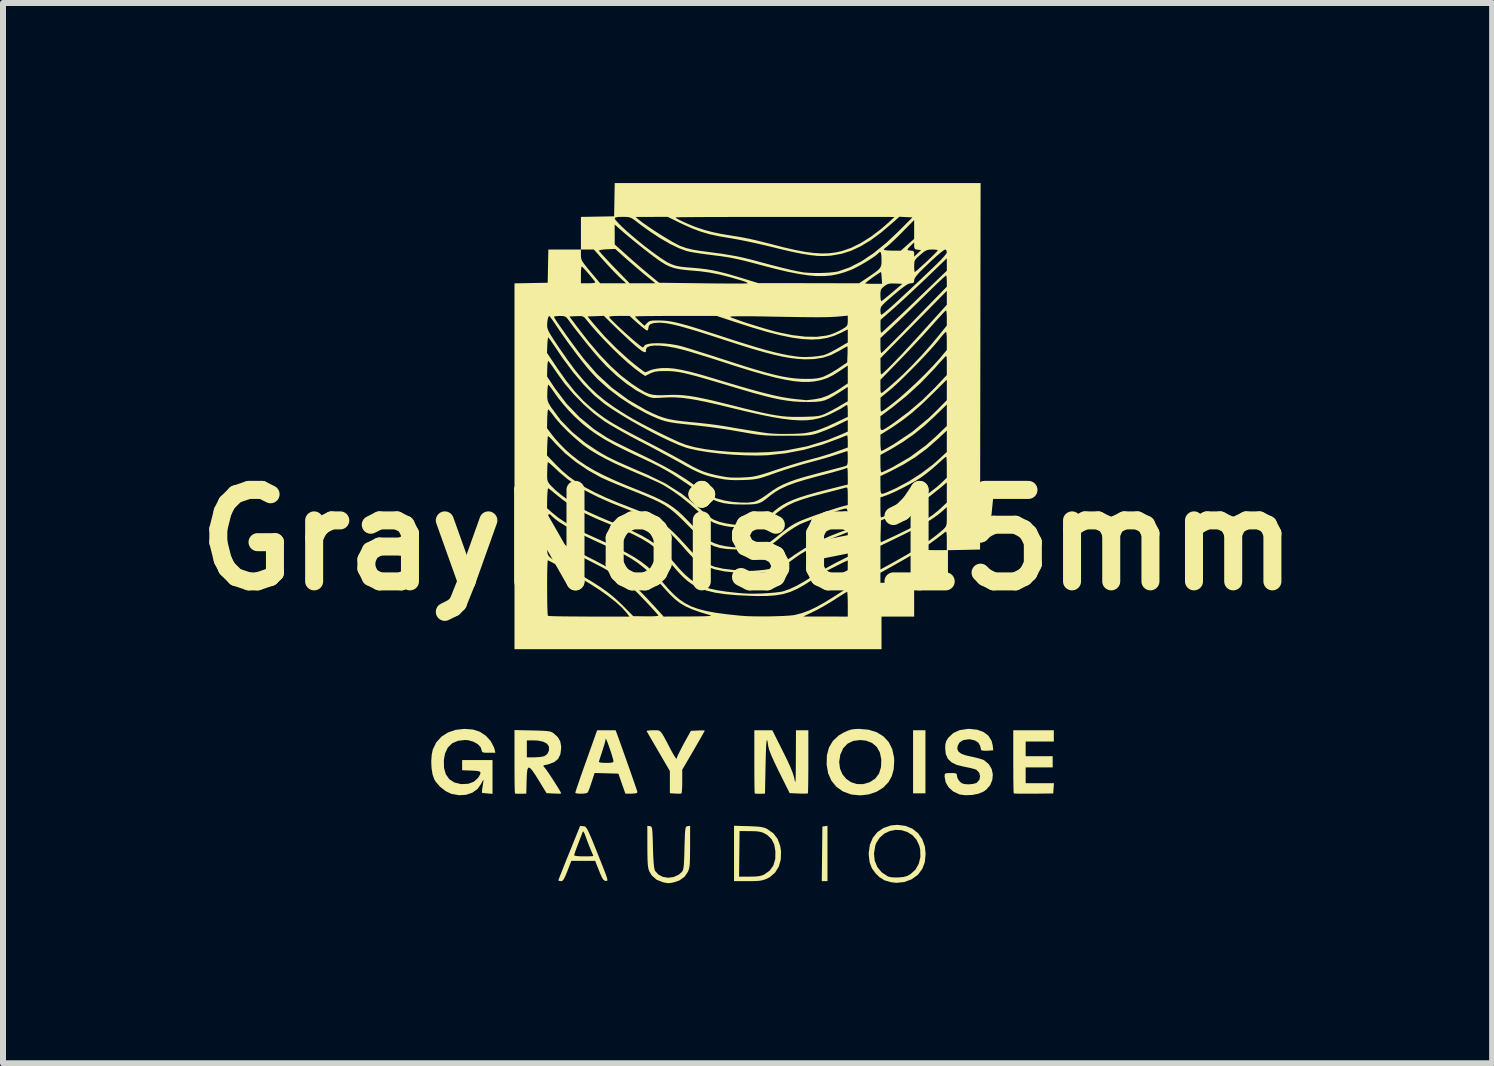
<source format=kicad_pcb>
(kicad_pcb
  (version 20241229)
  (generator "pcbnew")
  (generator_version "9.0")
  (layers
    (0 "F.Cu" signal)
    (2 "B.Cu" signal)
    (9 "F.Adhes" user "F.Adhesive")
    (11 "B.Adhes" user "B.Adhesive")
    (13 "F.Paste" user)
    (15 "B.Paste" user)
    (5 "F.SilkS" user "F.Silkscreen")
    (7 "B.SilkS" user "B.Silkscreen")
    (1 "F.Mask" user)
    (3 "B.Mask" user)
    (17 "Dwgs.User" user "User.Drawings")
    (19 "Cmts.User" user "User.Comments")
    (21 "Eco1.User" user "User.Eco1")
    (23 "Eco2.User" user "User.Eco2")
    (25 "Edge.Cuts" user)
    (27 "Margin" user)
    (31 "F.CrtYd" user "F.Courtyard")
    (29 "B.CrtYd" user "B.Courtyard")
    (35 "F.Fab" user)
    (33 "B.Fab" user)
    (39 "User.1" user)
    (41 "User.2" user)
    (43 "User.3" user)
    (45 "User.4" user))
  (footprint "GrayNoise15mm"
    (layer "F.Cu")
    (at 9.405 5.947)
    (property "Reference" "GrayNoise15mm" (at 0 0 0) (layer "F.SilkS") (effects (font (size 1.524 1.524) (thickness 0.3))))
    (attr board_only exclude_from_pos_files exclude_from_bom)
    (fp_poly (pts (xy 2.964 4.221) (xy 2.758 4.221) (xy 2.758 3.17) (xy 2.964 3.17)) (stroke (width 0) (type solid)) (fill yes) (layer "F.SilkS"))
    (fp_poly (pts (xy 1.332 5.684) (xy 1.237 5.684) (xy 1.242 5.229) (xy 1.247 4.774) (xy 1.29 4.768) (xy 1.332 4.762)) (stroke (width 0) (type solid)) (fill yes) (layer "F.SilkS"))
    (fp_poly (pts (xy 5.103 3.358) (xy 4.634 3.358) (xy 4.634 3.602) (xy 5.084 3.602) (xy 5.084 3.789) (xy 4.634 3.789) (xy 4.634 4.052) (xy 5.105 4.052) (xy 5.099 4.137) (xy 5.093 4.223) (xy 4.768 4.227) (xy 4.662 4.227) (xy 4.569 4.227) (xy 4.496 4.226) (xy 4.449 4.224) (xy 4.435 4.222) (xy 4.433 4.202) (xy 4.431 4.15) (xy 4.43 4.069) (xy 4.428 3.966) (xy 4.428 3.844) (xy 4.427 3.709) (xy 4.427 3.692) (xy 4.427 3.17) (xy 5.103 3.17)) (stroke (width 0) (type solid)) (fill yes) (layer "F.SilkS"))
    (fp_poly (pts (xy 0.014 4.768) (xy 0.12 4.772) (xy 0.197 4.778) (xy 0.253 4.787) (xy 0.297 4.8) (xy 0.328 4.815) (xy 0.43 4.887) (xy 0.501 4.98) (xy 0.544 5.096) (xy 0.558 5.188) (xy 0.554 5.324) (xy 0.52 5.443) (xy 0.459 5.542) (xy 0.371 5.617) (xy 0.332 5.638) (xy 0.286 5.658) (xy 0.241 5.671) (xy 0.188 5.679) (xy 0.118 5.683) (xy 0.022 5.684) (xy 0.005 5.684) (xy -0.225 5.684) (xy -0.225 5.609) (xy -0.141 5.609) (xy 0.034 5.609) (xy 0.129 5.607) (xy 0.197 5.6) (xy 0.25 5.586) (xy 0.28 5.572) (xy 0.37 5.508) (xy 0.431 5.422) (xy 0.462 5.314) (xy 0.464 5.185) (xy 0.444 5.072) (xy 0.401 4.986) (xy 0.333 4.919) (xy 0.297 4.897) (xy 0.252 4.874) (xy 0.205 4.861) (xy 0.145 4.853) (xy 0.062 4.851) (xy 0.042 4.851) (xy -0.133 4.849) (xy -0.137 5.229) (xy -0.141 5.609) (xy -0.225 5.609) (xy -0.225 4.761)) (stroke (width 0) (type solid)) (fill yes) (layer "F.SilkS"))
    (fp_poly (pts (xy -1.497 3.171) (xy -1.471 3.178) (xy -1.447 3.196) (xy -1.422 3.228) (xy -1.392 3.278) (xy -1.352 3.352) (xy -1.299 3.454) (xy -1.283 3.485) (xy -1.244 3.557) (xy -1.212 3.611) (xy -1.19 3.642) (xy -1.182 3.644) (xy -1.182 3.644) (xy -1.173 3.616) (xy -1.149 3.562) (xy -1.113 3.491) (xy -1.07 3.408) (xy -1.063 3.395) (xy -0.944 3.18) (xy -0.829 3.174) (xy -0.768 3.172) (xy -0.726 3.173) (xy -0.713 3.176) (xy -0.722 3.194) (xy -0.747 3.239) (xy -0.785 3.307) (xy -0.834 3.391) (xy -0.89 3.489) (xy -0.9 3.506) (xy -1.088 3.828) (xy -1.088 4.024) (xy -1.089 4.105) (xy -1.093 4.171) (xy -1.098 4.213) (xy -1.102 4.224) (xy -1.128 4.227) (xy -1.177 4.226) (xy -1.205 4.225) (xy -1.294 4.219) (xy -1.294 3.85) (xy -1.484 3.524) (xy -1.542 3.424) (xy -1.594 3.335) (xy -1.636 3.263) (xy -1.666 3.211) (xy -1.681 3.186) (xy -1.682 3.184) (xy -1.669 3.177) (xy -1.629 3.172) (xy -1.572 3.17) (xy -1.529 3.17)) (stroke (width 0) (type solid)) (fill yes) (layer "F.SilkS"))
    (fp_poly (pts (xy 0.585 3.513) (xy 0.657 3.659) (xy 0.711 3.777) (xy 0.749 3.871) (xy 0.773 3.945) (xy 0.78 3.977) (xy 0.787 4.012) (xy 0.793 4.03) (xy 0.797 4.028) (xy 0.8 4.003) (xy 0.802 3.953) (xy 0.803 3.874) (xy 0.804 3.763) (xy 0.805 3.635) (xy 0.807 3.17) (xy 1.013 3.17) (xy 1.013 3.692) (xy 1.013 3.829) (xy 1.012 3.952) (xy 1.011 4.058) (xy 1.009 4.141) (xy 1.008 4.198) (xy 1.006 4.222) (xy 1.005 4.222) (xy 0.984 4.225) (xy 0.935 4.226) (xy 0.868 4.225) (xy 0.85 4.224) (xy 0.702 4.218) (xy 0.529 3.871) (xy 0.453 3.715) (xy 0.397 3.591) (xy 0.361 3.499) (xy 0.345 3.438) (xy 0.345 3.436) (xy 0.336 3.371) (xy 0.328 3.337) (xy 0.321 3.335) (xy 0.316 3.367) (xy 0.31 3.432) (xy 0.306 3.533) (xy 0.302 3.67) (xy 0.3 3.759) (xy 0.291 4.226) (xy 0.209 4.228) (xy 0.158 4.228) (xy 0.125 4.224) (xy 0.12 4.222) (xy 0.118 4.202) (xy 0.116 4.15) (xy 0.115 4.069) (xy 0.114 3.966) (xy 0.113 3.844) (xy 0.113 3.709) (xy 0.113 3.692) (xy 0.113 3.17) (xy 0.413 3.17)) (stroke (width 0) (type solid)) (fill yes) (layer "F.SilkS"))
    (fp_poly (pts (xy 2.017 3.161) (xy 2.153 3.203) (xy 2.265 3.272) (xy 2.352 3.366) (xy 2.411 3.484) (xy 2.441 3.623) (xy 2.444 3.685) (xy 2.435 3.821) (xy 2.404 3.934) (xy 2.349 4.034) (xy 2.348 4.035) (xy 2.261 4.126) (xy 2.149 4.195) (xy 2.02 4.239) (xy 1.881 4.255) (xy 1.739 4.242) (xy 1.721 4.238) (xy 1.588 4.189) (xy 1.48 4.112) (xy 1.397 4.01) (xy 1.342 3.885) (xy 1.318 3.742) (xy 1.319 3.697) (xy 1.527 3.697) (xy 1.54 3.806) (xy 1.58 3.901) (xy 1.643 3.979) (xy 1.724 4.035) (xy 1.819 4.066) (xy 1.924 4.068) (xy 2.034 4.036) (xy 2.037 4.035) (xy 2.128 3.975) (xy 2.191 3.891) (xy 2.224 3.784) (xy 2.229 3.658) (xy 2.205 3.541) (xy 2.153 3.448) (xy 2.074 3.381) (xy 1.972 3.343) (xy 1.876 3.333) (xy 1.76 3.348) (xy 1.666 3.394) (xy 1.594 3.47) (xy 1.547 3.574) (xy 1.545 3.578) (xy 1.527 3.697) (xy 1.319 3.697) (xy 1.322 3.589) (xy 1.357 3.457) (xy 1.423 3.346) (xy 1.52 3.256) (xy 1.595 3.211) (xy 1.67 3.177) (xy 1.732 3.157) (xy 1.801 3.149) (xy 1.859 3.147)) (stroke (width 0) (type solid)) (fill yes) (layer "F.SilkS"))
    (fp_poly (pts (xy 2.631 4.763) (xy 2.747 4.81) (xy 2.842 4.886) (xy 2.912 4.987) (xy 2.955 5.109) (xy 2.967 5.231) (xy 2.954 5.366) (xy 2.913 5.478) (xy 2.843 5.573) (xy 2.83 5.585) (xy 2.73 5.655) (xy 2.61 5.699) (xy 2.481 5.712) (xy 2.389 5.702) (xy 2.284 5.671) (xy 2.198 5.618) (xy 2.135 5.556) (xy 2.071 5.468) (xy 2.034 5.37) (xy 2.02 5.252) (xy 2.019 5.225) (xy 2.107 5.225) (xy 2.119 5.344) (xy 2.163 5.45) (xy 2.236 5.538) (xy 2.335 5.603) (xy 2.348 5.609) (xy 2.389 5.618) (xy 2.453 5.623) (xy 2.516 5.622) (xy 2.597 5.615) (xy 2.659 5.598) (xy 2.716 5.567) (xy 2.717 5.566) (xy 2.798 5.491) (xy 2.853 5.394) (xy 2.88 5.282) (xy 2.877 5.161) (xy 2.863 5.097) (xy 2.816 4.995) (xy 2.747 4.918) (xy 2.662 4.865) (xy 2.566 4.835) (xy 2.466 4.83) (xy 2.367 4.85) (xy 2.277 4.893) (xy 2.2 4.961) (xy 2.143 5.052) (xy 2.127 5.098) (xy 2.107 5.225) (xy 2.019 5.225) (xy 2.019 5.215) (xy 2.038 5.079) (xy 2.087 4.962) (xy 2.164 4.867) (xy 2.265 4.798) (xy 2.388 4.756) (xy 2.496 4.746)) (stroke (width 0) (type solid)) (fill yes) (layer "F.SilkS"))
    (fp_poly (pts (xy -0.957 5.106) (xy -0.958 5.232) (xy -0.96 5.328) (xy -0.963 5.398) (xy -0.969 5.45) (xy -0.978 5.489) (xy -0.991 5.522) (xy -0.992 5.526) (xy -1.05 5.612) (xy -1.135 5.672) (xy -1.221 5.702) (xy -1.278 5.714) (xy -1.318 5.718) (xy -1.358 5.713) (xy -1.414 5.701) (xy -1.516 5.66) (xy -1.594 5.591) (xy -1.634 5.526) (xy -1.647 5.494) (xy -1.656 5.455) (xy -1.662 5.405) (xy -1.666 5.338) (xy -1.668 5.246) (xy -1.669 5.123) (xy -1.669 5.106) (xy -1.67 4.762) (xy -1.627 4.768) (xy -1.613 4.771) (xy -1.601 4.78) (xy -1.593 4.798) (xy -1.588 4.831) (xy -1.584 4.885) (xy -1.58 4.965) (xy -1.577 5.075) (xy -1.576 5.121) (xy -1.571 5.27) (xy -1.564 5.383) (xy -1.555 5.461) (xy -1.545 5.505) (xy -1.542 5.512) (xy -1.486 5.574) (xy -1.41 5.613) (xy -1.323 5.627) (xy -1.234 5.616) (xy -1.15 5.579) (xy -1.097 5.534) (xy -1.084 5.516) (xy -1.074 5.493) (xy -1.067 5.459) (xy -1.061 5.408) (xy -1.057 5.335) (xy -1.053 5.235) (xy -1.051 5.133) (xy -1.047 5.009) (xy -1.044 4.917) (xy -1.04 4.853) (xy -1.035 4.811) (xy -1.029 4.787) (xy -1.019 4.774) (xy -1.007 4.769) (xy -0.999 4.768) (xy -0.957 4.762)) (stroke (width 0) (type solid)) (fill yes) (layer "F.SilkS"))
    (fp_poly (pts (xy -2.161 3.269) (xy -2.138 3.333) (xy -2.107 3.419) (xy -2.071 3.52) (xy -2.032 3.631) (xy -1.991 3.746) (xy -1.951 3.86) (xy -1.914 3.966) (xy -1.882 4.058) (xy -1.857 4.132) (xy -1.84 4.181) (xy -1.835 4.199) (xy -1.842 4.215) (xy -1.876 4.223) (xy -1.932 4.226) (xy -2.035 4.226) (xy -2.094 4.06) (xy -2.152 3.893) (xy -2.548 3.882) (xy -2.599 4.037) (xy -2.623 4.109) (xy -2.645 4.168) (xy -2.661 4.203) (xy -2.665 4.209) (xy -2.691 4.22) (xy -2.737 4.226) (xy -2.79 4.227) (xy -2.838 4.224) (xy -2.867 4.217) (xy -2.87 4.211) (xy -2.864 4.19) (xy -2.847 4.137) (xy -2.82 4.058) (xy -2.786 3.958) (xy -2.745 3.841) (xy -2.699 3.712) (xy -2.694 3.699) (xy -2.476 3.699) (xy -2.459 3.707) (xy -2.414 3.712) (xy -2.354 3.714) (xy -2.281 3.712) (xy -2.242 3.703) (xy -2.233 3.691) (xy -2.238 3.663) (xy -2.252 3.613) (xy -2.271 3.55) (xy -2.294 3.482) (xy -2.317 3.416) (xy -2.338 3.36) (xy -2.354 3.322) (xy -2.362 3.309) (xy -2.363 3.312) (xy -2.369 3.347) (xy -2.385 3.406) (xy -2.408 3.48) (xy -2.42 3.517) (xy -2.444 3.591) (xy -2.464 3.652) (xy -2.475 3.691) (xy -2.476 3.699) (xy -2.694 3.699) (xy -2.688 3.682) (xy -2.506 3.17) (xy -2.198 3.17)) (stroke (width 0) (type solid)) (fill yes) (layer "F.SilkS"))
    (fp_poly (pts (xy -2.734 4.769) (xy -2.717 4.771) (xy -2.702 4.779) (xy -2.686 4.795) (xy -2.668 4.824) (xy -2.645 4.87) (xy -2.616 4.936) (xy -2.578 5.026) (xy -2.53 5.145) (xy -2.496 5.23) (xy -2.441 5.368) (xy -2.399 5.474) (xy -2.368 5.554) (xy -2.348 5.61) (xy -2.337 5.647) (xy -2.335 5.669) (xy -2.34 5.679) (xy -2.35 5.681) (xy -2.361 5.68) (xy -2.386 5.673) (xy -2.407 5.654) (xy -2.429 5.616) (xy -2.457 5.552) (xy -2.474 5.511) (xy -2.539 5.346) (xy -2.936 5.346) (xy -3.001 5.515) (xy -3.034 5.595) (xy -3.058 5.645) (xy -3.078 5.673) (xy -3.098 5.683) (xy -3.109 5.684) (xy -3.142 5.679) (xy -3.152 5.671) (xy -3.145 5.651) (xy -3.126 5.601) (xy -3.096 5.526) (xy -3.058 5.43) (xy -3.014 5.318) (xy -2.987 5.253) (xy -2.889 5.253) (xy -2.871 5.262) (xy -2.823 5.268) (xy -2.751 5.271) (xy -2.729 5.271) (xy -2.657 5.271) (xy -2.602 5.269) (xy -2.573 5.266) (xy -2.57 5.264) (xy -2.577 5.245) (xy -2.595 5.202) (xy -2.61 5.168) (xy -2.637 5.101) (xy -2.669 5.018) (xy -2.693 4.954) (xy -2.716 4.891) (xy -2.733 4.86) (xy -2.744 4.858) (xy -2.749 4.868) (xy -2.761 4.902) (xy -2.783 4.96) (xy -2.811 5.033) (xy -2.825 5.07) (xy -2.853 5.143) (xy -2.875 5.204) (xy -2.887 5.244) (xy -2.889 5.253) (xy -2.987 5.253) (xy -2.97 5.211) (xy -2.789 4.763)) (stroke (width 0) (type solid)) (fill yes) (layer "F.SilkS"))
    (fp_poly (pts (xy -3.584 3.173) (xy -3.47 3.176) (xy -3.386 3.18) (xy -3.328 3.185) (xy -3.287 3.192) (xy -3.258 3.203) (xy -3.235 3.217) (xy -3.234 3.218) (xy -3.162 3.283) (xy -3.121 3.353) (xy -3.106 3.437) (xy -3.105 3.467) (xy -3.118 3.57) (xy -3.157 3.648) (xy -3.223 3.702) (xy -3.32 3.738) (xy -3.348 3.744) (xy -3.392 3.754) (xy -3.404 3.765) (xy -3.393 3.778) (xy -3.374 3.8) (xy -3.342 3.844) (xy -3.3 3.905) (xy -3.254 3.975) (xy -3.207 4.048) (xy -3.164 4.116) (xy -3.13 4.172) (xy -3.109 4.211) (xy -3.105 4.224) (xy -3.125 4.226) (xy -3.172 4.226) (xy -3.23 4.224) (xy -3.349 4.218) (xy -3.48 4.004) (xy -3.544 3.901) (xy -3.593 3.832) (xy -3.628 3.796) (xy -3.652 3.793) (xy -3.667 3.822) (xy -3.676 3.885) (xy -3.68 3.982) (xy -3.681 4.008) (xy -3.686 4.226) (xy -3.777 4.228) (xy -3.831 4.228) (xy -3.868 4.225) (xy -3.875 4.222) (xy -3.877 4.202) (xy -3.879 4.15) (xy -3.881 4.069) (xy -3.882 3.966) (xy -3.883 3.844) (xy -3.883 3.709) (xy -3.883 3.691) (xy -3.883 3.621) (xy -3.677 3.621) (xy -3.556 3.621) (xy -3.484 3.618) (xy -3.421 3.61) (xy -3.387 3.602) (xy -3.336 3.565) (xy -3.308 3.506) (xy -3.309 3.442) (xy -3.34 3.395) (xy -3.403 3.361) (xy -3.495 3.342) (xy -3.564 3.339) (xy -3.677 3.339) (xy -3.677 3.621) (xy -3.883 3.621) (xy -3.883 3.167)) (stroke (width 0) (type solid)) (fill yes) (layer "F.SilkS"))
    (fp_poly (pts (xy -4.575 3.158) (xy -4.462 3.194) (xy -4.361 3.26) (xy -4.28 3.349) (xy -4.225 3.454) (xy -4.213 3.494) (xy -4.201 3.545) (xy -4.314 3.545) (xy -4.378 3.544) (xy -4.413 3.537) (xy -4.426 3.523) (xy -4.428 3.513) (xy -4.446 3.454) (xy -4.494 3.402) (xy -4.564 3.362) (xy -4.649 3.337) (xy -4.705 3.332) (xy -4.825 3.346) (xy -4.922 3.388) (xy -4.994 3.459) (xy -5.04 3.557) (xy -5.06 3.667) (xy -5.057 3.796) (xy -5.027 3.903) (xy -4.97 3.984) (xy -4.887 4.039) (xy -4.781 4.066) (xy -4.766 4.067) (xy -4.653 4.062) (xy -4.561 4.028) (xy -4.494 3.968) (xy -4.481 3.95) (xy -4.455 3.904) (xy -4.449 3.873) (xy -4.467 3.856) (xy -4.514 3.847) (xy -4.593 3.842) (xy -4.601 3.842) (xy -4.755 3.836) (xy -4.755 3.667) (xy -4.249 3.667) (xy -4.249 4.229) (xy -4.333 4.223) (xy -4.385 4.218) (xy -4.419 4.213) (xy -4.425 4.211) (xy -4.425 4.19) (xy -4.42 4.144) (xy -4.413 4.1) (xy -4.404 4.044) (xy -4.4 4.006) (xy -4.401 3.996) (xy -4.412 4.011) (xy -4.432 4.049) (xy -4.438 4.062) (xy -4.498 4.148) (xy -4.583 4.209) (xy -4.687 4.245) (xy -4.804 4.253) (xy -4.928 4.231) (xy -4.934 4.23) (xy -5.029 4.185) (xy -5.119 4.115) (xy -5.193 4.031) (xy -5.219 3.989) (xy -5.248 3.906) (xy -5.265 3.801) (xy -5.27 3.686) (xy -5.262 3.575) (xy -5.243 3.488) (xy -5.185 3.371) (xy -5.1 3.277) (xy -4.992 3.207) (xy -4.862 3.163) (xy -4.717 3.147)) (stroke (width 0) (type solid)) (fill yes) (layer "F.SilkS"))
    (fp_poly (pts (xy 3.828 3.161) (xy 3.934 3.2) (xy 4.014 3.262) (xy 4.066 3.346) (xy 4.085 3.423) (xy 4.094 3.504) (xy 3.996 3.511) (xy 3.938 3.511) (xy 3.9 3.505) (xy 3.892 3.499) (xy 3.884 3.467) (xy 3.875 3.429) (xy 3.846 3.377) (xy 3.789 3.34) (xy 3.711 3.322) (xy 3.682 3.321) (xy 3.594 3.334) (xy 3.533 3.372) (xy 3.501 3.429) (xy 3.495 3.484) (xy 3.516 3.528) (xy 3.565 3.563) (xy 3.646 3.591) (xy 3.728 3.609) (xy 3.809 3.627) (xy 3.883 3.647) (xy 3.936 3.667) (xy 3.945 3.672) (xy 4.02 3.736) (xy 4.068 3.816) (xy 4.087 3.906) (xy 4.078 3.999) (xy 4.042 4.086) (xy 3.978 4.16) (xy 3.933 4.192) (xy 3.848 4.227) (xy 3.743 4.248) (xy 3.634 4.253) (xy 3.538 4.241) (xy 3.527 4.237) (xy 3.428 4.191) (xy 3.351 4.122) (xy 3.301 4.037) (xy 3.283 3.941) (xy 3.283 3.94) (xy 3.285 3.908) (xy 3.296 3.891) (xy 3.326 3.884) (xy 3.384 3.883) (xy 3.386 3.883) (xy 3.445 3.884) (xy 3.476 3.891) (xy 3.488 3.907) (xy 3.489 3.931) (xy 3.502 3.977) (xy 3.534 4.023) (xy 3.535 4.025) (xy 3.572 4.054) (xy 3.618 4.067) (xy 3.681 4.071) (xy 3.751 4.065) (xy 3.806 4.051) (xy 3.821 4.043) (xy 3.863 3.994) (xy 3.875 3.934) (xy 3.859 3.876) (xy 3.814 3.83) (xy 3.807 3.826) (xy 3.771 3.814) (xy 3.71 3.798) (xy 3.635 3.783) (xy 3.615 3.779) (xy 3.49 3.749) (xy 3.399 3.705) (xy 3.337 3.645) (xy 3.303 3.567) (xy 3.293 3.472) (xy 3.296 3.401) (xy 3.311 3.35) (xy 3.341 3.301) (xy 3.347 3.293) (xy 3.428 3.216) (xy 3.534 3.168) (xy 3.665 3.148) (xy 3.699 3.147)) (stroke (width 0) (type solid)) (fill yes) (layer "F.SilkS"))
    (fp_poly (pts (xy 3.874 0.159) (xy 3.606 0.165) (xy 3.339 0.17) (xy 3.339 0.713) (xy 3.058 0.713) (xy 2.949 0.712) (xy 2.871 0.711) (xy 2.821 0.707) (xy 2.792 0.701) (xy 2.779 0.693) (xy 2.776 0.682) (xy 2.772 0.662) (xy 2.754 0.671) (xy 2.745 0.678) (xy 2.724 0.698) (xy 2.733 0.707) (xy 2.745 0.71) (xy 2.757 0.716) (xy 2.766 0.733) (xy 2.771 0.767) (xy 2.775 0.822) (xy 2.776 0.905) (xy 2.776 0.996) (xy 2.776 1.276) (xy 2.232 1.276) (xy 2.232 1.82) (xy -3.883 1.82) (xy -3.883 0.791) (xy -3.339 0.791) (xy -3.338 0.904) (xy -3.337 1.012) (xy -3.336 1.108) (xy -3.333 1.186) (xy -3.33 1.239) (xy -3.327 1.263) (xy -3.327 1.263) (xy -3.306 1.266) (xy -3.251 1.269) (xy -3.168 1.271) (xy -3.06 1.273) (xy -2.932 1.274) (xy -2.788 1.275) (xy -2.641 1.276) (xy -1.968 1.276) (xy -2.016 1.213) (xy -2.09 1.129) (xy -2.194 1.035) (xy -2.32 0.935) (xy -2.465 0.832) (xy -2.622 0.731) (xy -2.725 0.67) (xy -2.867 0.589) (xy -2.997 0.516) (xy -3.109 0.453) (xy -3.202 0.402) (xy -3.272 0.365) (xy -3.315 0.343) (xy -3.328 0.338) (xy -3.331 0.355) (xy -3.334 0.404) (xy -3.336 0.479) (xy -3.338 0.572) (xy -3.339 0.678) (xy -3.339 0.791) (xy -3.883 0.791) (xy -3.883 0.17) (xy -3.336 0.17) (xy -3.335 0.208) (xy -3.328 0.239) (xy -3.312 0.267) (xy -3.284 0.295) (xy -3.239 0.327) (xy -3.173 0.366) (xy -3.083 0.416) (xy -2.965 0.481) (xy -2.936 0.497) (xy -2.746 0.603) (xy -2.585 0.699) (xy -2.448 0.787) (xy -2.329 0.872) (xy -2.224 0.957) (xy -2.126 1.046) (xy -2.082 1.089) (xy -1.904 1.269) (xy -1.691 1.272) (xy -1.601 1.272) (xy -1.534 1.269) (xy -1.494 1.264) (xy -1.485 1.258) (xy -1.499 1.24) (xy -1.536 1.198) (xy -1.589 1.139) (xy -1.656 1.067) (xy -1.732 0.987) (xy -1.827 0.888) (xy -1.915 0.803) (xy -2.001 0.727) (xy -2.09 0.658) (xy -2.188 0.591) (xy -2.299 0.524) (xy -2.43 0.451) (xy -2.585 0.371) (xy -2.743 0.291) (xy -2.864 0.23) (xy -2.977 0.172) (xy -3.076 0.119) (xy -3.157 0.076) (xy -3.214 0.044) (xy -3.238 0.028) (xy -3.281 -0.002) (xy -3.312 -0.018) (xy -3.317 -0.019) (xy -3.326 -0.001) (xy -3.332 0.044) (xy -3.335 0.11) (xy -3.335 0.122) (xy -3.336 0.17) (xy -3.883 0.17) (xy -3.883 -0.117) (xy -3.341 -0.117) (xy -3.261 -0.049) (xy -3.223 -0.022) (xy -3.156 0.019) (xy -3.067 0.069) (xy -2.96 0.128) (xy -2.841 0.19) (xy -2.73 0.247) (xy -2.547 0.34) (xy -2.393 0.421) (xy -2.262 0.493) (xy -2.149 0.562) (xy -2.05 0.629) (xy -1.958 0.7) (xy -1.869 0.778) (xy -1.777 0.867) (xy -1.677 0.971) (xy -1.563 1.094) (xy -1.538 1.121) (xy -1.398 1.276) (xy -1.174 1.275) (xy 0.929 1.275) (xy 1.67 1.276) (xy 1.67 1.069) (xy 1.669 0.986) (xy 1.666 0.919) (xy 1.663 0.876) (xy 1.66 0.863) (xy 1.641 0.873) (xy 1.597 0.899) (xy 1.535 0.938) (xy 1.461 0.986) (xy 1.458 0.988) (xy 1.362 1.048) (xy 1.256 1.11) (xy 1.155 1.165) (xy 1.097 1.194) (xy 0.929 1.275) (xy -1.174 1.275) (xy -0.975 1.274) (xy -0.835 1.273) (xy -0.731 1.271) (xy -0.659 1.268) (xy -0.619 1.264) (xy -0.607 1.259) (xy -0.619 1.254) (xy -0.783 1.205) (xy -0.916 1.158) (xy -1.027 1.109) (xy -1.122 1.053) (xy -1.209 0.986) (xy -1.294 0.905) (xy -1.355 0.839) (xy -1.488 0.692) (xy -1.606 0.571) (xy -1.717 0.47) (xy -1.826 0.384) (xy -1.941 0.307) (xy -2.069 0.235) (xy -2.217 0.161) (xy -2.327 0.111) (xy -2.554 0.007) (xy -2.747 -0.085) (xy -2.907 -0.166) (xy -3.038 -0.238) (xy -3.139 -0.3) (xy -3.213 -0.355) (xy -3.255 -0.394) (xy -3.288 -0.425) (xy -3.312 -0.43) (xy -3.326 -0.404) (xy -3.334 -0.347) (xy -3.338 -0.274) (xy -3.341 -0.117) (xy -3.883 -0.117) (xy -3.883 -0.531) (xy -3.341 -0.531) (xy -3.268 -0.465) (xy -3.154 -0.372) (xy -3.02 -0.282) (xy -2.862 -0.191) (xy -2.675 -0.098) (xy -2.547 -0.04) (xy -2.338 0.054) (xy -2.161 0.139) (xy -2.01 0.217) (xy -1.881 0.291) (xy -1.769 0.365) (xy -1.671 0.441) (xy -1.581 0.523) (xy -1.495 0.612) (xy -1.417 0.702) (xy -1.32 0.814) (xy -1.228 0.909) (xy -1.137 0.988) (xy -1.042 1.053) (xy -0.938 1.106) (xy -0.82 1.149) (xy -0.685 1.184) (xy -0.526 1.213) (xy -0.341 1.238) (xy -0.122 1.261) (xy -0.094 1.263) (xy -0.009 1.269) (xy 0.098 1.272) (xy 0.22 1.273) (xy 0.348 1.273) (xy 0.474 1.27) (xy 0.591 1.266) (xy 0.691 1.26) (xy 0.765 1.253) (xy 0.791 1.248) (xy 0.906 1.218) (xy 1.022 1.176) (xy 1.147 1.117) (xy 1.286 1.039) (xy 1.421 0.956) (xy 1.669 0.797) (xy 1.669 0.713) (xy 2.214 0.713) (xy 2.416 0.713) (xy 2.507 0.712) (xy 2.569 0.71) (xy 2.612 0.703) (xy 2.645 0.69) (xy 2.678 0.669) (xy 2.698 0.655) (xy 2.776 0.597) (xy 2.776 0.227) (xy 2.622 0.317) (xy 2.534 0.367) (xy 2.44 0.42) (xy 2.357 0.467) (xy 2.34 0.476) (xy 2.214 0.546) (xy 2.214 0.713) (xy 1.669 0.713) (xy 1.669 0.569) (xy 1.669 0.491) (xy 2.214 0.491) (xy 2.378 0.402) (xy 2.464 0.354) (xy 2.568 0.295) (xy 2.674 0.234) (xy 2.743 0.193) (xy 2.813 0.15) (xy 2.908 0.15) (xy 2.926 0.159) (xy 2.976 0.165) (xy 3.055 0.168) (xy 3.114 0.169) (xy 3.32 0.169) (xy 3.32 0.007) (xy 3.319 -0.072) (xy 3.315 -0.119) (xy 3.308 -0.138) (xy 3.297 -0.136) (xy 3.24 -0.091) (xy 3.173 -0.04) (xy 3.103 0.012) (xy 3.036 0.06) (xy 2.979 0.099) (xy 2.94 0.124) (xy 2.926 0.131) (xy 2.908 0.146) (xy 2.908 0.15) (xy 2.813 0.15) (xy 2.892 0.101) (xy 3.032 0.007) (xy 3.153 -0.084) (xy 3.249 -0.165) (xy 3.259 -0.174) (xy 3.289 -0.205) (xy 3.307 -0.232) (xy 3.317 -0.268) (xy 3.32 -0.321) (xy 3.32 -0.39) (xy 3.32 -0.548) (xy 3.244 -0.479) (xy 3.164 -0.414) (xy 3.066 -0.346) (xy 2.946 -0.273) (xy 2.8 -0.193) (xy 2.623 -0.103) (xy 2.558 -0.071) (xy 2.214 0.096) (xy 2.214 0.491) (xy 1.669 0.491) (xy 1.67 0.34) (xy 1.58 0.381) (xy 1.337 0.504) (xy 1.109 0.642) (xy 1.081 0.661) (xy 0.946 0.748) (xy 0.824 0.816) (xy 0.709 0.866) (xy 0.593 0.901) (xy 0.467 0.922) (xy 0.324 0.933) (xy 0.156 0.934) (xy 0.056 0.931) (xy -0.177 0.92) (xy -0.375 0.902) (xy -0.543 0.877) (xy -0.68 0.844) (xy -0.745 0.823) (xy -0.838 0.784) (xy -0.92 0.74) (xy -0.997 0.685) (xy -1.076 0.615) (xy -1.162 0.525) (xy -1.263 0.408) (xy -1.27 0.4) (xy -1.36 0.297) (xy -1.448 0.207) (xy -1.54 0.127) (xy -1.642 0.053) (xy -1.757 -0.017) (xy -1.891 -0.087) (xy -2.049 -0.16) (xy -2.236 -0.239) (xy -2.311 -0.269) (xy -2.512 -0.353) (xy -2.683 -0.432) (xy -2.83 -0.509) (xy -2.961 -0.587) (xy -3.08 -0.671) (xy -3.196 -0.764) (xy -3.2 -0.767) (xy -3.254 -0.812) (xy -3.297 -0.846) (xy -3.321 -0.862) (xy -3.323 -0.863) (xy -3.328 -0.845) (xy -3.333 -0.799) (xy -3.337 -0.732) (xy -3.338 -0.697) (xy -3.341 -0.531) (xy -3.883 -0.531) (xy -3.883 -1.055) (xy -3.339 -1.055) (xy -3.336 -1.005) (xy -3.325 -0.97) (xy -3.304 -0.937) (xy -3.27 -0.899) (xy -3.197 -0.827) (xy -3.098 -0.746) (xy -2.985 -0.663) (xy -2.864 -0.583) (xy -2.752 -0.517) (xy -2.681 -0.481) (xy -2.585 -0.436) (xy -2.474 -0.387) (xy -2.358 -0.337) (xy -2.289 -0.309) (xy -2.085 -0.224) (xy -1.913 -0.147) (xy -1.766 -0.074) (xy -1.641 -0.002) (xy -1.533 0.073) (xy -1.436 0.152) (xy -1.345 0.24) (xy -1.256 0.34) (xy -1.24 0.359) (xy -1.138 0.478) (xy -1.043 0.576) (xy -0.952 0.655) (xy -0.858 0.719) (xy -0.756 0.769) (xy -0.641 0.807) (xy -0.507 0.837) (xy -0.348 0.861) (xy -0.159 0.882) (xy -0.075 0.889) (xy 0.016 0.894) (xy 0.126 0.894) (xy 0.243 0.891) (xy 0.36 0.884) (xy 0.466 0.875) (xy 0.552 0.864) (xy 0.6 0.853) (xy 0.707 0.815) (xy 0.82 0.762) (xy 0.948 0.69) (xy 1.082 0.605) (xy 1.173 0.548) (xy 1.282 0.484) (xy 1.393 0.423) (xy 1.461 0.386) (xy 1.67 0.28) (xy 1.67 -0.067) (xy 2.216 -0.067) (xy 2.216 -0.006) (xy 2.219 0.031) (xy 2.221 0.038) (xy 2.24 0.03) (xy 2.286 0.009) (xy 2.355 -0.023) (xy 2.439 -0.062) (xy 2.487 -0.085) (xy 2.68 -0.179) (xy 2.842 -0.265) (xy 2.976 -0.343) (xy 3.086 -0.417) (xy 3.177 -0.49) (xy 3.201 -0.511) (xy 3.32 -0.623) (xy 3.32 -0.96) (xy 3.225 -0.879) (xy 3.031 -0.725) (xy 2.83 -0.595) (xy 2.613 -0.483) (xy 2.401 -0.395) (xy 2.223 -0.327) (xy 2.218 -0.145) (xy 2.216 -0.067) (xy 1.67 -0.067) (xy 1.67 -0.131) (xy 1.571 -0.092) (xy 1.499 -0.064) (xy 1.413 -0.03) (xy 1.351 -0.005) (xy 1.1 0.108) (xy 0.877 0.238) (xy 0.797 0.294) (xy 0.676 0.381) (xy 0.574 0.446) (xy 0.483 0.492) (xy 0.392 0.523) (xy 0.295 0.541) (xy 0.18 0.549) (xy 0.039 0.551) (xy 0.028 0.551) (xy -0.193 0.543) (xy -0.384 0.523) (xy -0.546 0.489) (xy -0.686 0.44) (xy -0.807 0.374) (xy -0.913 0.29) (xy -0.98 0.22) (xy -1.103 0.081) (xy -1.209 -0.034) (xy -1.303 -0.128) (xy -1.391 -0.205) (xy -1.48 -0.27) (xy -1.575 -0.328) (xy -1.683 -0.381) (xy -1.808 -0.435) (xy -1.958 -0.494) (xy -2.017 -0.517) (xy -2.271 -0.618) (xy -2.492 -0.716) (xy -2.684 -0.813) (xy -2.853 -0.913) (xy -3.001 -1.016) (xy -3.133 -1.127) (xy -3.18 -1.171) (xy -3.239 -1.226) (xy -3.287 -1.269) (xy -3.318 -1.293) (xy -3.328 -1.297) (xy -3.331 -1.274) (xy -3.335 -1.223) (xy -3.337 -1.154) (xy -3.338 -1.132) (xy -3.339 -1.055) (xy -3.883 -1.055) (xy -3.883 -1.41) (xy -3.342 -1.41) (xy -3.2 -1.261) (xy -3.09 -1.153) (xy -2.974 -1.055) (xy -2.847 -0.964) (xy -2.706 -0.877) (xy -2.544 -0.792) (xy -2.358 -0.705) (xy -2.142 -0.615) (xy -1.993 -0.557) (xy -1.834 -0.495) (xy -1.702 -0.439) (xy -1.59 -0.387) (xy -1.493 -0.333) (xy -1.404 -0.274) (xy -1.318 -0.205) (xy -1.228 -0.121) (xy -1.129 -0.02) (xy -1.015 0.104) (xy -0.952 0.174) (xy -0.856 0.271) (xy -0.761 0.348) (xy -0.659 0.405) (xy -0.543 0.448) (xy -0.408 0.478) (xy -0.245 0.498) (xy -0.165 0.504) (xy -0.065 0.511) (xy 0.012 0.514) (xy 0.079 0.514) (xy 0.151 0.509) (xy 0.241 0.501) (xy 0.282 0.497) (xy 0.359 0.484) (xy 0.435 0.459) (xy 0.519 0.42) (xy 0.615 0.363) (xy 0.731 0.285) (xy 0.774 0.254) (xy 0.953 0.138) (xy 1.155 0.031) (xy 1.386 -0.07) (xy 1.524 -0.124) (xy 1.67 -0.177) (xy 1.67 -0.351) (xy 1.668 -0.436) (xy 1.664 -0.489) (xy 1.656 -0.517) (xy 1.644 -0.525) (xy 1.643 -0.525) (xy 1.607 -0.519) (xy 1.544 -0.502) (xy 1.459 -0.476) (xy 1.36 -0.443) (xy 1.253 -0.407) (xy 1.146 -0.369) (xy 1.045 -0.332) (xy 0.958 -0.298) (xy 0.89 -0.27) (xy 0.872 -0.262) (xy 0.782 -0.211) (xy 0.68 -0.144) (xy 0.583 -0.072) (xy 0.564 -0.055) (xy 0.474 0.019) (xy 0.402 0.075) (xy 0.34 0.113) (xy 0.279 0.137) (xy 0.209 0.151) (xy 0.124 0.158) (xy 0.013 0.159) (xy -0.047 0.159) (xy -0.212 0.157) (xy -0.347 0.15) (xy -0.46 0.133) (xy -0.558 0.103) (xy -0.648 0.059) (xy -0.737 -0.004) (xy -0.834 -0.088) (xy -0.946 -0.197) (xy -0.975 -0.226) (xy -1.073 -0.325) (xy -1.157 -0.406) (xy -1.232 -0.473) (xy -1.305 -0.53) (xy -1.38 -0.58) (xy -1.464 -0.627) (xy -1.562 -0.674) (xy -1.679 -0.725) (xy -1.822 -0.784) (xy -1.95 -0.835) (xy -2.07 -0.883) (xy -2.187 -0.931) (xy -2.294 -0.976) (xy -2.382 -1.015) (xy -2.443 -1.043) (xy -2.447 -1.045) (xy -2.663 -1.166) (xy -2.864 -1.302) (xy -3.044 -1.449) (xy -3.195 -1.6) (xy -3.206 -1.613) (xy -3.256 -1.669) (xy -3.296 -1.709) (xy -3.321 -1.729) (xy -3.326 -1.73) (xy -3.33 -1.706) (xy -3.333 -1.655) (xy -3.337 -1.585) (xy -3.338 -1.563) (xy -3.342 -1.41) (xy -3.883 -1.41) (xy -3.883 -1.863) (xy -3.341 -1.863) (xy -3.258 -1.752) (xy -3.207 -1.689) (xy -3.139 -1.613) (xy -3.066 -1.538) (xy -3.035 -1.507) (xy -2.927 -1.411) (xy -2.814 -1.323) (xy -2.691 -1.24) (xy -2.554 -1.159) (xy -2.397 -1.078) (xy -2.216 -0.994) (xy -2.007 -0.905) (xy -1.852 -0.843) (xy -1.683 -0.775) (xy -1.544 -0.715) (xy -1.428 -0.659) (xy -1.329 -0.604) (xy -1.241 -0.545) (xy -1.157 -0.479) (xy -1.072 -0.4) (xy -0.979 -0.306) (xy -0.902 -0.225) (xy -0.801 -0.121) (xy -0.714 -0.043) (xy -0.634 0.014) (xy -0.551 0.055) (xy -0.46 0.084) (xy -0.372 0.103) (xy -0.259 0.118) (xy -0.135 0.127) (xy -0.011 0.129) (xy 0.104 0.124) (xy 0.198 0.113) (xy 0.236 0.104) (xy 0.302 0.076) (xy 0.377 0.031) (xy 0.431 -0.009) (xy 0.536 -0.094) (xy 0.619 -0.159) (xy 0.686 -0.209) (xy 0.744 -0.247) (xy 0.798 -0.278) (xy 0.838 -0.298) (xy 0.896 -0.324) (xy 0.982 -0.358) (xy 1.087 -0.397) (xy 1.203 -0.438) (xy 1.321 -0.478) (xy 1.434 -0.515) (xy 1.522 -0.543) (xy 2.214 -0.543) (xy 2.215 -0.469) (xy 2.217 -0.411) (xy 2.221 -0.379) (xy 2.223 -0.375) (xy 2.244 -0.382) (xy 2.291 -0.399) (xy 2.359 -0.425) (xy 2.425 -0.451) (xy 2.697 -0.575) (xy 2.939 -0.717) (xy 3.15 -0.879) (xy 3.213 -0.935) (xy 3.32 -1.037) (xy 3.32 -1.213) (xy 3.319 -1.289) (xy 3.316 -1.348) (xy 3.312 -1.383) (xy 3.309 -1.388) (xy 3.291 -1.376) (xy 3.253 -1.344) (xy 3.2 -1.296) (xy 3.156 -1.256) (xy 3.076 -1.186) (xy 2.985 -1.112) (xy 2.898 -1.048) (xy 2.872 -1.03) (xy 2.787 -0.977) (xy 2.682 -0.919) (xy 2.57 -0.86) (xy 2.459 -0.806) (xy 2.36 -0.762) (xy 2.284 -0.733) (xy 2.214 -0.71) (xy 2.214 -0.543) (xy 1.522 -0.543) (xy 1.532 -0.546) (xy 1.59 -0.562) (xy 1.67 -0.583) (xy 1.67 -0.734) (xy 1.669 -0.808) (xy 1.666 -0.852) (xy 1.659 -0.872) (xy 1.645 -0.875) (xy 1.627 -0.871) (xy 1.597 -0.862) (xy 1.536 -0.846) (xy 1.451 -0.824) (xy 1.35 -0.797) (xy 1.237 -0.769) (xy 1.229 -0.766) (xy 1.05 -0.719) (xy 0.902 -0.673) (xy 0.779 -0.628) (xy 0.675 -0.579) (xy 0.583 -0.524) (xy 0.497 -0.46) (xy 0.417 -0.39) (xy 0.32 -0.305) (xy 0.241 -0.25) (xy 0.194 -0.229) (xy 0.124 -0.216) (xy 0.029 -0.209) (xy -0.081 -0.208) (xy -0.195 -0.212) (xy -0.302 -0.221) (xy -0.379 -0.234) (xy -0.477 -0.258) (xy -0.56 -0.287) (xy -0.636 -0.328) (xy -0.715 -0.384) (xy -0.805 -0.461) (xy -0.849 -0.502) (xy -0.98 -0.616) (xy -1.12 -0.727) (xy -1.259 -0.826) (xy -1.388 -0.907) (xy -1.454 -0.943) (xy -1.503 -0.966) (xy -1.579 -1) (xy -1.673 -1.042) (xy -1.777 -1.086) (xy -1.848 -1.116) (xy -2.046 -1.202) (xy -2.215 -1.278) (xy -2.359 -1.35) (xy -2.485 -1.418) (xy -2.599 -1.487) (xy -2.641 -1.514) (xy -2.755 -1.596) (xy -2.876 -1.698) (xy -2.997 -1.809) (xy -3.108 -1.922) (xy -3.199 -2.027) (xy -3.221 -2.056) (xy -3.264 -2.113) (xy -3.299 -2.155) (xy -3.319 -2.175) (xy -3.322 -2.176) (xy -3.328 -2.159) (xy -3.333 -2.113) (xy -3.337 -2.046) (xy -3.337 -2.02) (xy -3.341 -1.863) (xy -3.883 -1.863) (xy -3.883 -2.379) (xy -3.337 -2.379) (xy -3.332 -2.327) (xy -3.315 -2.282) (xy -3.284 -2.228) (xy -3.268 -2.204) (xy -3.112 -1.994) (xy -2.922 -1.798) (xy -2.703 -1.618) (xy -2.48 -1.47) (xy -2.411 -1.43) (xy -2.341 -1.391) (xy -2.263 -1.352) (xy -2.174 -1.309) (xy -2.068 -1.261) (xy -1.94 -1.205) (xy -1.786 -1.138) (xy -1.67 -1.089) (xy -1.371 -0.943) (xy -1.096 -0.769) (xy -0.844 -0.565) (xy -0.816 -0.539) (xy -0.742 -0.472) (xy -0.668 -0.412) (xy -0.605 -0.364) (xy -0.563 -0.338) (xy -0.472 -0.303) (xy -0.356 -0.275) (xy -0.226 -0.256) (xy -0.094 -0.246) (xy 0.03 -0.246) (xy 0.133 -0.258) (xy 0.156 -0.264) (xy 0.214 -0.292) (xy 0.291 -0.348) (xy 0.381 -0.425) (xy 0.45 -0.486) (xy 0.518 -0.539) (xy 0.59 -0.586) (xy 0.669 -0.629) (xy 0.761 -0.669) (xy 0.868 -0.709) (xy 0.996 -0.749) (xy 1.148 -0.792) (xy 1.33 -0.839) (xy 1.505 -0.883) (xy 1.641 -0.917) (xy 2.214 -0.917) (xy 2.215 -0.842) (xy 2.219 -0.798) (xy 2.228 -0.776) (xy 2.243 -0.769) (xy 2.246 -0.769) (xy 2.276 -0.777) (xy 2.33 -0.799) (xy 2.403 -0.83) (xy 2.476 -0.864) (xy 2.691 -0.979) (xy 2.898 -1.112) (xy 3.087 -1.255) (xy 3.175 -1.332) (xy 3.32 -1.466) (xy 3.32 -1.823) (xy 3.176 -1.688) (xy 2.988 -1.523) (xy 2.801 -1.384) (xy 2.603 -1.261) (xy 2.381 -1.145) (xy 2.377 -1.143) (xy 2.214 -1.065) (xy 2.214 -0.917) (xy 1.641 -0.917) (xy 1.67 -0.924) (xy 1.67 -1.062) (xy 1.669 -1.129) (xy 1.666 -1.178) (xy 1.662 -1.2) (xy 1.661 -1.201) (xy 1.64 -1.195) (xy 1.6 -1.18) (xy 1.567 -1.17) (xy 1.503 -1.152) (xy 1.416 -1.127) (xy 1.31 -1.099) (xy 1.194 -1.068) (xy 1.155 -1.058) (xy 0.961 -1.005) (xy 0.799 -0.955) (xy 0.664 -0.905) (xy 0.551 -0.853) (xy 0.456 -0.797) (xy 0.372 -0.736) (xy 0.367 -0.731) (xy 0.299 -0.676) (xy 0.243 -0.637) (xy 0.19 -0.613) (xy 0.13 -0.599) (xy 0.054 -0.593) (xy -0.049 -0.591) (xy -0.075 -0.591) (xy -0.198 -0.593) (xy -0.303 -0.6) (xy -0.398 -0.614) (xy -0.487 -0.637) (xy -0.577 -0.673) (xy -0.674 -0.722) (xy -0.784 -0.788) (xy -0.914 -0.873) (xy -1.026 -0.949) (xy -1.149 -1.032) (xy -1.259 -1.103) (xy -1.364 -1.165) (xy -1.474 -1.225) (xy -1.597 -1.287) (xy -1.743 -1.356) (xy -1.81 -1.387) (xy -2.027 -1.49) (xy -2.213 -1.583) (xy -2.374 -1.672) (xy -2.514 -1.759) (xy -2.64 -1.848) (xy -2.755 -1.941) (xy -2.867 -2.043) (xy -2.907 -2.082) (xy -2.988 -2.167) (xy -3.071 -2.262) (xy -3.146 -2.355) (xy -3.197 -2.425) (xy -3.244 -2.492) (xy -3.283 -2.546) (xy -3.311 -2.58) (xy -3.32 -2.589) (xy -3.326 -2.572) (xy -3.332 -2.526) (xy -3.336 -2.462) (xy -3.336 -2.452) (xy -3.337 -2.379) (xy -3.883 -2.379) (xy -3.883 -2.724) (xy -3.34 -2.724) (xy -3.208 -2.525) (xy -3.017 -2.273) (xy -2.8 -2.046) (xy -2.559 -1.847) (xy -2.34 -1.704) (xy -2.282 -1.672) (xy -2.197 -1.628) (xy -2.093 -1.576) (xy -1.977 -1.519) (xy -1.856 -1.461) (xy -1.82 -1.444) (xy -1.586 -1.33) (xy -1.382 -1.224) (xy -1.201 -1.122) (xy -1.037 -1.019) (xy -0.884 -0.913) (xy -0.883 -0.913) (xy -0.782 -0.84) (xy -0.702 -0.786) (xy -0.637 -0.747) (xy -0.579 -0.718) (xy -0.521 -0.695) (xy -0.496 -0.687) (xy -0.378 -0.656) (xy -0.248 -0.635) (xy -0.117 -0.624) (xy 0.004 -0.623) (xy 0.103 -0.635) (xy 0.122 -0.64) (xy 0.172 -0.661) (xy 0.239 -0.699) (xy 0.31 -0.746) (xy 0.328 -0.76) (xy 0.416 -0.823) (xy 0.502 -0.877) (xy 0.592 -0.924) (xy 0.694 -0.967) (xy 0.812 -1.009) (xy 0.954 -1.052) (xy 1.125 -1.098) (xy 1.161 -1.108) (xy 1.284 -1.14) (xy 1.396 -1.169) (xy 1.493 -1.195) (xy 1.568 -1.214) (xy 1.615 -1.227) (xy 1.627 -1.23) (xy 1.65 -1.241) (xy 1.663 -1.261) (xy 1.665 -1.271) (xy 2.214 -1.271) (xy 2.215 -1.203) (xy 2.22 -1.151) (xy 2.227 -1.127) (xy 2.229 -1.126) (xy 2.252 -1.134) (xy 2.3 -1.155) (xy 2.366 -1.187) (xy 2.423 -1.216) (xy 2.705 -1.38) (xy 2.97 -1.575) (xy 3.137 -1.723) (xy 3.32 -1.899) (xy 3.32 -2.257) (xy 3.128 -2.071) (xy 2.948 -1.904) (xy 2.772 -1.762) (xy 2.59 -1.635) (xy 2.389 -1.513) (xy 2.331 -1.481) (xy 2.214 -1.417) (xy 2.214 -1.271) (xy 1.665 -1.271) (xy 1.669 -1.301) (xy 1.67 -1.362) (xy 1.669 -1.424) (xy 1.667 -1.467) (xy 1.664 -1.482) (xy 1.645 -1.476) (xy 1.598 -1.461) (xy 1.532 -1.439) (xy 1.49 -1.425) (xy 1.409 -1.399) (xy 1.304 -1.367) (xy 1.186 -1.334) (xy 1.069 -1.302) (xy 1.041 -1.295) (xy 0.918 -1.261) (xy 0.775 -1.218) (xy 0.628 -1.172) (xy 0.493 -1.127) (xy 0.46 -1.115) (xy 0.348 -1.075) (xy 0.263 -1.047) (xy 0.195 -1.027) (xy 0.135 -1.015) (xy 0.074 -1.007) (xy 0.002 -1.002) (xy -0.075 -0.999) (xy -0.195 -0.997) (xy -0.293 -1) (xy -0.384 -1.009) (xy -0.483 -1.027) (xy -0.502 -1.031) (xy -0.594 -1.051) (xy -0.676 -1.073) (xy -0.753 -1.1) (xy -0.835 -1.135) (xy -0.928 -1.18) (xy -1.04 -1.24) (xy -1.148 -1.301) (xy -1.241 -1.352) (xy -1.359 -1.416) (xy -1.491 -1.487) (xy -1.628 -1.56) (xy -1.762 -1.63) (xy -1.798 -1.648) (xy -1.925 -1.715) (xy -2.053 -1.785) (xy -2.174 -1.853) (xy -2.281 -1.915) (xy -2.365 -1.966) (xy -2.389 -1.982) (xy -2.557 -2.106) (xy -2.729 -2.258) (xy -2.895 -2.427) (xy -3.047 -2.606) (xy -3.161 -2.762) (xy -3.215 -2.841) (xy -3.261 -2.908) (xy -3.297 -2.956) (xy -3.318 -2.981) (xy -3.321 -2.983) (xy -3.328 -2.966) (xy -3.334 -2.92) (xy -3.337 -2.857) (xy -3.337 -2.853) (xy -3.34 -2.724) (xy -3.883 -2.724) (xy -3.883 -3.118) (xy -3.341 -3.118) (xy -3.173 -2.867) (xy -3.022 -2.653) (xy -2.877 -2.472) (xy -2.735 -2.319) (xy -2.606 -2.203) (xy -2.529 -2.141) (xy -2.459 -2.087) (xy -2.389 -2.036) (xy -2.315 -1.987) (xy -2.232 -1.936) (xy -2.136 -1.881) (xy -2.022 -1.818) (xy -1.885 -1.745) (xy -1.721 -1.659) (xy -1.668 -1.631) (xy -1.538 -1.564) (xy -1.407 -1.494) (xy -1.282 -1.427) (xy -1.172 -1.367) (xy -1.082 -1.318) (xy -1.045 -1.297) (xy -0.923 -1.228) (xy -0.822 -1.177) (xy -0.731 -1.139) (xy -0.642 -1.11) (xy -0.543 -1.085) (xy -0.525 -1.081) (xy -0.426 -1.061) (xy -0.351 -1.048) (xy -0.285 -1.041) (xy -0.216 -1.039) (xy -0.131 -1.04) (xy -0.075 -1.042) (xy -0.005 -1.046) (xy 0.055 -1.051) (xy 0.113 -1.06) (xy 0.176 -1.074) (xy 0.251 -1.095) (xy 0.347 -1.125) (xy 0.469 -1.166) (xy 0.488 -1.172) (xy 0.611 -1.213) (xy 0.734 -1.252) (xy 0.847 -1.286) (xy 0.943 -1.314) (xy 1.012 -1.332) (xy 1.013 -1.333) (xy 1.181 -1.377) (xy 1.368 -1.434) (xy 1.557 -1.5) (xy 1.571 -1.505) (xy 1.67 -1.541) (xy 1.67 -1.618) (xy 2.214 -1.618) (xy 2.216 -1.552) (xy 2.221 -1.504) (xy 2.229 -1.482) (xy 2.23 -1.482) (xy 2.251 -1.491) (xy 2.298 -1.516) (xy 2.363 -1.553) (xy 2.44 -1.598) (xy 2.443 -1.6) (xy 2.744 -1.802) (xy 3.022 -2.033) (xy 3.147 -2.154) (xy 3.32 -2.329) (xy 3.32 -2.672) (xy 3.081 -2.434) (xy 2.906 -2.265) (xy 2.743 -2.122) (xy 2.585 -1.998) (xy 2.424 -1.886) (xy 2.374 -1.854) (xy 2.214 -1.754) (xy 2.214 -1.618) (xy 1.67 -1.618) (xy 1.67 -1.643) (xy 1.668 -1.699) (xy 1.664 -1.736) (xy 1.66 -1.745) (xy 1.639 -1.738) (xy 1.593 -1.72) (xy 1.533 -1.695) (xy 1.243 -1.588) (xy 0.94 -1.503) (xy 0.633 -1.444) (xy 0.333 -1.412) (xy 0.163 -1.407) (xy -0.047 -1.411) (xy -0.258 -1.422) (xy -0.463 -1.44) (xy -0.654 -1.463) (xy -0.825 -1.491) (xy -0.97 -1.523) (xy -1.032 -1.541) (xy -1.142 -1.582) (xy -1.277 -1.641) (xy -1.43 -1.713) (xy -1.595 -1.797) (xy -1.765 -1.888) (xy -1.933 -1.983) (xy -2.094 -2.079) (xy -2.241 -2.171) (xy -2.367 -2.257) (xy -2.385 -2.27) (xy -2.554 -2.409) (xy -2.728 -2.585) (xy -2.905 -2.794) (xy -3.085 -3.036) (xy -3.198 -3.204) (xy -3.245 -3.273) (xy -3.284 -3.33) (xy -3.311 -3.366) (xy -3.321 -3.376) (xy -3.327 -3.359) (xy -3.332 -3.314) (xy -3.336 -3.251) (xy -3.336 -3.247) (xy -3.341 -3.118) (xy -3.883 -3.118) (xy -3.883 -3.572) (xy -3.339 -3.572) (xy -3.336 -3.541) (xy -3.327 -3.507) (xy -3.308 -3.465) (xy -3.276 -3.41) (xy -3.229 -3.336) (xy -3.164 -3.238) (xy -3.147 -3.213) (xy -3.005 -3.009) (xy -2.876 -2.834) (xy -2.753 -2.683) (xy -2.632 -2.55) (xy -2.509 -2.432) (xy -2.377 -2.323) (xy -2.233 -2.219) (xy -2.071 -2.114) (xy -1.998 -2.069) (xy -1.895 -2.009) (xy -1.775 -1.943) (xy -1.642 -1.874) (xy -1.506 -1.804) (xy -1.372 -1.738) (xy -1.247 -1.679) (xy -1.139 -1.63) (xy -1.053 -1.596) (xy -1.027 -1.586) (xy -0.881 -1.546) (xy -0.706 -1.513) (xy -0.508 -1.488) (xy -0.296 -1.469) (xy -0.076 -1.459) (xy 0.144 -1.457) (xy 0.356 -1.464) (xy 0.554 -1.481) (xy 0.641 -1.492) (xy 0.99 -1.56) (xy 1.327 -1.663) (xy 1.56 -1.757) (xy 1.67 -1.806) (xy 1.67 -1.939) (xy 2.214 -1.939) (xy 2.214 -1.884) (xy 2.218 -1.848) (xy 2.23 -1.831) (xy 2.255 -1.834) (xy 2.299 -1.858) (xy 2.365 -1.901) (xy 2.437 -1.951) (xy 2.68 -2.132) (xy 2.918 -2.336) (xy 3.135 -2.55) (xy 3.14 -2.556) (xy 3.32 -2.748) (xy 3.32 -2.916) (xy 3.32 -2.996) (xy 3.317 -3.043) (xy 3.311 -3.063) (xy 3.3 -3.062) (xy 3.295 -3.057) (xy 3.274 -3.033) (xy 3.232 -2.988) (xy 3.177 -2.927) (xy 3.113 -2.855) (xy 3.095 -2.836) (xy 2.88 -2.612) (xy 2.643 -2.396) (xy 2.399 -2.199) (xy 2.387 -2.191) (xy 2.214 -2.062) (xy 2.214 -1.939) (xy 1.67 -1.939) (xy 1.67 -1.999) (xy 1.505 -1.919) (xy 1.411 -1.875) (xy 1.307 -1.831) (xy 1.212 -1.795) (xy 1.191 -1.787) (xy 1.139 -1.77) (xy 1.094 -1.758) (xy 1.047 -1.749) (xy 0.994 -1.743) (xy 0.927 -1.739) (xy 0.839 -1.737) (xy 0.724 -1.737) (xy 0.647 -1.737) (xy 0.512 -1.737) (xy 0.403 -1.738) (xy 0.311 -1.742) (xy 0.227 -1.749) (xy 0.139 -1.76) (xy 0.038 -1.776) (xy -0.087 -1.798) (xy -0.139 -1.807) (xy -0.29 -1.833) (xy -0.46 -1.859) (xy -0.635 -1.883) (xy -0.799 -1.903) (xy -0.908 -1.915) (xy -1.059 -1.931) (xy -1.18 -1.945) (xy -1.279 -1.96) (xy -1.362 -1.978) (xy -1.439 -2.001) (xy -1.515 -2.031) (xy -1.6 -2.068) (xy -1.687 -2.11) (xy -1.908 -2.231) (xy -2.122 -2.371) (xy -2.323 -2.524) (xy -2.502 -2.685) (xy -2.65 -2.845) (xy -2.759 -2.981) (xy -2.875 -3.132) (xy -2.989 -3.286) (xy -3.094 -3.434) (xy -3.18 -3.561) (xy -3.226 -3.63) (xy -3.266 -3.686) (xy -3.291 -3.719) (xy -3.226 -3.719) (xy -3.215 -3.698) (xy -3.186 -3.651) (xy -3.141 -3.585) (xy -3.084 -3.504) (xy -3.02 -3.412) (xy -2.95 -3.316) (xy -2.88 -3.22) (xy -2.813 -3.129) (xy -2.751 -3.048) (xy -2.733 -3.024) (xy -2.508 -2.765) (xy -2.26 -2.536) (xy -1.988 -2.336) (xy -1.694 -2.165) (xy -1.679 -2.158) (xy -1.575 -2.107) (xy -1.485 -2.068) (xy -1.4 -2.038) (xy -1.312 -2.014) (xy -1.213 -1.995) (xy -1.095 -1.98) (xy -0.95 -1.964) (xy -0.9 -1.96) (xy -0.774 -1.947) (xy -0.641 -1.932) (xy -0.516 -1.916) (xy -0.409 -1.9) (xy -0.366 -1.893) (xy -0.239 -1.871) (xy -0.107 -1.849) (xy 0.021 -1.828) (xy 0.139 -1.809) (xy 0.241 -1.793) (xy 0.318 -1.782) (xy 0.356 -1.777) (xy 0.439 -1.771) (xy 0.542 -1.767) (xy 0.657 -1.767) (xy 0.771 -1.769) (xy 0.873 -1.773) (xy 0.953 -1.78) (xy 0.972 -1.783) (xy 1.06 -1.8) (xy 1.143 -1.821) (xy 1.231 -1.852) (xy 1.332 -1.893) (xy 1.456 -1.95) (xy 1.468 -1.956) (xy 1.67 -2.051) (xy 1.67 -2.151) (xy 1.668 -2.206) (xy 1.663 -2.243) (xy 1.658 -2.251) (xy 1.637 -2.241) (xy 1.6 -2.217) (xy 1.595 -2.214) (xy 1.554 -2.188) (xy 1.49 -2.154) (xy 1.415 -2.116) (xy 1.385 -2.101) (xy 1.291 -2.06) (xy 1.196 -2.029) (xy 1.096 -2.007) (xy 0.989 -1.995) (xy 0.871 -1.993) (xy 0.738 -2.001) (xy 0.587 -2.019) (xy 0.414 -2.048) (xy 0.216 -2.088) (xy -0.01 -2.139) (xy -0.269 -2.201) (xy -0.285 -2.205) (xy -0.498 -2.257) (xy -0.68 -2.298) (xy -0.837 -2.33) (xy -0.973 -2.353) (xy -1.092 -2.368) (xy -1.201 -2.376) (xy -1.304 -2.377) (xy -1.407 -2.372) (xy -1.408 -2.372) (xy -1.495 -2.367) (xy -1.556 -2.366) (xy -1.603 -2.372) (xy -1.647 -2.386) (xy -1.694 -2.407) (xy -1.851 -2.491) (xy -2.018 -2.605) (xy -2.186 -2.741) (xy -2.35 -2.895) (xy -2.464 -3.017) (xy -2.557 -3.125) (xy -2.659 -3.247) (xy -2.761 -3.375) (xy -2.858 -3.498) (xy -2.941 -3.608) (xy -2.976 -3.656) (xy -3.01 -3.701) (xy -3.041 -3.724) (xy -3.041 -3.724) (xy -2.968 -3.724) (xy -2.842 -3.555) (xy -2.647 -3.303) (xy -2.461 -3.085) (xy -2.282 -2.898) (xy -2.108 -2.739) (xy -1.937 -2.608) (xy -1.895 -2.579) (xy -1.794 -2.513) (xy -1.713 -2.466) (xy -1.643 -2.436) (xy -1.574 -2.419) (xy -1.497 -2.412) (xy -1.401 -2.413) (xy -1.35 -2.415) (xy -1.254 -2.418) (xy -1.162 -2.417) (xy -1.07 -2.411) (xy -0.973 -2.4) (xy -0.864 -2.383) (xy -0.74 -2.358) (xy -0.594 -2.326) (xy -0.422 -2.284) (xy -0.247 -2.241) (xy -0.05 -2.191) (xy 0.117 -2.151) (xy 0.257 -2.119) (xy 0.377 -2.094) (xy 0.481 -2.076) (xy 0.575 -2.063) (xy 0.664 -2.055) (xy 0.753 -2.051) (xy 0.846 -2.051) (xy 0.919 -2.052) (xy 1.032 -2.055) (xy 1.115 -2.059) (xy 1.176 -2.066) (xy 1.225 -2.077) (xy 1.268 -2.092) (xy 1.285 -2.099) (xy 1.346 -2.129) (xy 1.425 -2.17) (xy 1.506 -2.215) (xy 1.524 -2.226) (xy 1.575 -2.256) (xy 2.215 -2.256) (xy 2.216 -2.195) (xy 2.22 -2.153) (xy 2.225 -2.139) (xy 2.246 -2.148) (xy 2.285 -2.172) (xy 2.295 -2.18) (xy 2.406 -2.263) (xy 2.535 -2.369) (xy 2.674 -2.492) (xy 2.817 -2.625) (xy 2.957 -2.762) (xy 3.087 -2.897) (xy 3.202 -3.024) (xy 3.232 -3.06) (xy 3.32 -3.165) (xy 3.32 -3.318) (xy 3.319 -3.388) (xy 3.315 -3.441) (xy 3.308 -3.468) (xy 3.306 -3.469) (xy 3.289 -3.455) (xy 3.255 -3.418) (xy 3.21 -3.363) (xy 3.18 -3.325) (xy 3.116 -3.249) (xy 3.032 -3.155) (xy 2.933 -3.048) (xy 2.824 -2.934) (xy 2.712 -2.821) (xy 2.603 -2.712) (xy 2.502 -2.615) (xy 2.415 -2.535) (xy 2.356 -2.486) (xy 2.216 -2.373) (xy 2.215 -2.256) (xy 1.575 -2.256) (xy 1.67 -2.311) (xy 1.67 -2.55) (xy 1.538 -2.465) (xy 1.437 -2.402) (xy 1.357 -2.357) (xy 1.287 -2.327) (xy 1.216 -2.31) (xy 1.133 -2.302) (xy 1.028 -2.299) (xy 0.975 -2.3) (xy 0.866 -2.302) (xy 0.759 -2.309) (xy 0.649 -2.323) (xy 0.533 -2.342) (xy 0.403 -2.37) (xy 0.256 -2.407) (xy 0.086 -2.453) (xy -0.111 -2.511) (xy -0.216 -2.542) (xy -0.425 -2.605) (xy -0.601 -2.657) (xy -0.749 -2.7) (xy -0.873 -2.735) (xy -0.976 -2.761) (xy -1.064 -2.782) (xy -1.138 -2.796) (xy -1.204 -2.806) (xy -1.266 -2.812) (xy -1.326 -2.815) (xy -1.384 -2.815) (xy -1.475 -2.813) (xy -1.542 -2.804) (xy -1.598 -2.786) (xy -1.623 -2.774) (xy -1.706 -2.733) (xy -1.777 -2.78) (xy -1.876 -2.854) (xy -1.993 -2.951) (xy -2.121 -3.067) (xy -2.254 -3.195) (xy -2.387 -3.331) (xy -2.513 -3.467) (xy -2.627 -3.598) (xy -2.695 -3.682) (xy -2.721 -3.711) (xy -2.744 -3.724) (xy -2.666 -3.724) (xy -2.557 -3.592) (xy -2.377 -3.387) (xy -2.178 -3.186) (xy -1.975 -3.002) (xy -1.926 -2.961) (xy -1.852 -2.901) (xy -1.787 -2.851) (xy -1.737 -2.814) (xy -1.709 -2.796) (xy -1.705 -2.795) (xy -1.677 -2.803) (xy -1.633 -2.823) (xy -1.628 -2.825) (xy -1.58 -2.841) (xy -1.51 -2.855) (xy -1.432 -2.864) (xy -1.428 -2.865) (xy -1.332 -2.865) (xy -1.223 -2.856) (xy -1.097 -2.834) (xy -0.949 -2.801) (xy -0.775 -2.754) (xy -0.585 -2.698) (xy -0.341 -2.624) (xy -0.128 -2.561) (xy 0.057 -2.508) (xy 0.217 -2.464) (xy 0.357 -2.429) (xy 0.48 -2.4) (xy 0.589 -2.378) (xy 0.69 -2.362) (xy 0.784 -2.349) (xy 0.816 -2.346) (xy 0.887 -2.339) (xy 0.943 -2.333) (xy 0.973 -2.33) (xy 0.975 -2.329) (xy 0.997 -2.331) (xy 1.046 -2.336) (xy 1.112 -2.344) (xy 1.12 -2.345) (xy 1.23 -2.367) (xy 1.337 -2.406) (xy 1.452 -2.466) (xy 1.562 -2.536) (xy 1.587 -2.553) (xy 2.214 -2.553) (xy 2.215 -2.489) (xy 2.221 -2.457) (xy 2.232 -2.449) (xy 2.24 -2.452) (xy 2.263 -2.469) (xy 2.309 -2.507) (xy 2.37 -2.559) (xy 2.442 -2.622) (xy 2.467 -2.644) (xy 2.605 -2.771) (xy 2.755 -2.922) (xy 2.909 -3.085) (xy 3.059 -3.254) (xy 3.191 -3.413) (xy 3.32 -3.573) (xy 3.32 -3.7) (xy 3.318 -3.763) (xy 3.314 -3.808) (xy 3.307 -3.826) (xy 3.306 -3.826) (xy 3.29 -3.812) (xy 3.253 -3.774) (xy 3.201 -3.717) (xy 3.136 -3.646) (xy 3.077 -3.579) (xy 2.997 -3.491) (xy 2.9 -3.384) (xy 2.79 -3.267) (xy 2.678 -3.147) (xy 2.569 -3.034) (xy 2.537 -3.001) (xy 2.214 -2.669) (xy 2.214 -2.553) (xy 1.587 -2.553) (xy 1.67 -2.609) (xy 1.67 -2.894) (xy 2.215 -2.894) (xy 2.216 -2.828) (xy 2.22 -2.779) (xy 2.227 -2.758) (xy 2.228 -2.758) (xy 2.246 -2.77) (xy 2.284 -2.805) (xy 2.339 -2.857) (xy 2.404 -2.922) (xy 2.431 -2.95) (xy 2.497 -3.018) (xy 2.582 -3.107) (xy 2.679 -3.212) (xy 2.784 -3.326) (xy 2.891 -3.443) (xy 2.97 -3.531) (xy 3.32 -3.919) (xy 3.32 -4.151) (xy 2.768 -3.59) (xy 2.215 -3.03) (xy 2.215 -2.894) (xy 1.67 -2.894) (xy 1.67 -2.907) (xy 1.543 -2.821) (xy 1.43 -2.749) (xy 1.33 -2.699) (xy 1.23 -2.665) (xy 1.122 -2.643) (xy 1.02 -2.633) (xy 0.906 -2.634) (xy 0.777 -2.646) (xy 0.631 -2.67) (xy 0.463 -2.706) (xy 0.272 -2.756) (xy 0.053 -2.819) (xy -0.195 -2.896) (xy -0.319 -2.936) (xy -0.463 -2.983) (xy -0.61 -3.03) (xy -0.752 -3.074) (xy -0.879 -3.113) (xy -0.985 -3.145) (xy -1.049 -3.163) (xy -1.198 -3.2) (xy -1.334 -3.225) (xy -1.453 -3.238) (xy -1.553 -3.24) (xy -1.628 -3.23) (xy -1.676 -3.208) (xy -1.693 -3.174) (xy -1.693 -3.166) (xy -1.694 -3.134) (xy -1.716 -3.128) (xy -1.759 -3.149) (xy -1.824 -3.198) (xy -1.881 -3.247) (xy -1.959 -3.317) (xy -2.05 -3.402) (xy -2.144 -3.49) (xy -2.215 -3.559) (xy -2.377 -3.718) (xy -2.307 -3.718) (xy -2.294 -3.698) (xy -2.257 -3.658) (xy -2.202 -3.603) (xy -2.134 -3.539) (xy -2.059 -3.469) (xy -1.981 -3.399) (xy -1.907 -3.334) (xy -1.84 -3.277) (xy -1.787 -3.235) (xy -1.753 -3.211) (xy -1.744 -3.208) (xy -1.726 -3.221) (xy -1.726 -3.224) (xy -1.708 -3.249) (xy -1.66 -3.266) (xy -1.588 -3.276) (xy -1.496 -3.279) (xy -1.393 -3.275) (xy -1.283 -3.264) (xy -1.173 -3.245) (xy -1.097 -3.227) (xy -1.039 -3.21) (xy -0.952 -3.184) (xy -0.842 -3.149) (xy -0.716 -3.109) (xy -0.579 -3.066) (xy -0.439 -3.02) (xy -0.438 -3.02) (xy -0.202 -2.944) (xy 0.002 -2.879) (xy 0.179 -2.826) (xy 0.332 -2.783) (xy 0.465 -2.749) (xy 0.583 -2.723) (xy 0.689 -2.705) (xy 0.786 -2.693) (xy 0.879 -2.686) (xy 0.961 -2.684) (xy 1.066 -2.685) (xy 1.146 -2.691) (xy 1.21 -2.704) (xy 1.263 -2.72) (xy 1.325 -2.749) (xy 1.405 -2.791) (xy 1.486 -2.841) (xy 1.512 -2.858) (xy 1.66 -2.958) (xy 1.666 -3.092) (xy 1.667 -3.158) (xy 1.667 -3.206) (xy 1.664 -3.226) (xy 1.663 -3.227) (xy 1.644 -3.218) (xy 1.601 -3.194) (xy 1.543 -3.161) (xy 1.526 -3.151) (xy 1.39 -3.081) (xy 1.258 -3.038) (xy 1.115 -3.015) (xy 1.056 -3.012) (xy 0.949 -3.01) (xy 0.838 -3.017) (xy 0.718 -3.031) (xy 0.586 -3.054) (xy 0.437 -3.087) (xy 0.27 -3.131) (xy 0.078 -3.186) (xy -0.14 -3.254) (xy -0.389 -3.334) (xy -0.403 -3.339) (xy -0.628 -3.412) (xy -0.821 -3.473) (xy -0.985 -3.522) (xy -1.123 -3.561) (xy -1.238 -3.589) (xy -1.334 -3.608) (xy -1.413 -3.618) (xy -1.469 -3.621) (xy -1.559 -3.615) (xy -1.616 -3.598) (xy -1.645 -3.567) (xy -1.651 -3.535) (xy -1.658 -3.501) (xy -1.672 -3.489) (xy -1.695 -3.501) (xy -1.737 -3.533) (xy -1.793 -3.579) (xy -1.83 -3.611) (xy -1.956 -3.724) (xy -1.876 -3.724) (xy -1.863 -3.708) (xy -1.831 -3.674) (xy -1.797 -3.642) (xy -1.717 -3.568) (xy -1.676 -3.613) (xy -1.651 -3.635) (xy -1.623 -3.649) (xy -1.58 -3.656) (xy -1.514 -3.658) (xy -1.478 -3.658) (xy -1.413 -3.656) (xy -1.347 -3.651) (xy -1.277 -3.641) (xy -1.197 -3.625) (xy -1.104 -3.602) (xy -0.994 -3.572) (xy -0.862 -3.532) (xy -0.704 -3.482) (xy -0.516 -3.421) (xy -0.472 -3.407) (xy -0.233 -3.329) (xy -0.024 -3.263) (xy 0.157 -3.208) (xy 0.314 -3.163) (xy 0.452 -3.127) (xy 0.575 -3.099) (xy 0.687 -3.077) (xy 0.791 -3.061) (xy 0.872 -3.051) (xy 0.959 -3.048) (xy 1.063 -3.052) (xy 1.168 -3.062) (xy 1.256 -3.077) (xy 1.266 -3.079) (xy 1.315 -3.097) (xy 1.385 -3.129) (xy 1.463 -3.171) (xy 1.505 -3.195) (xy 1.581 -3.239) (xy 2.214 -3.239) (xy 2.216 -3.176) (xy 2.221 -3.131) (xy 2.229 -3.114) (xy 2.245 -3.127) (xy 2.284 -3.164) (xy 2.344 -3.223) (xy 2.421 -3.3) (xy 2.513 -3.393) (xy 2.617 -3.498) (xy 2.73 -3.614) (xy 2.782 -3.668) (xy 3.32 -4.221) (xy 3.32 -4.315) (xy 3.318 -4.368) (xy 3.312 -4.402) (xy 3.307 -4.408) (xy 3.291 -4.396) (xy 3.251 -4.36) (xy 3.193 -4.305) (xy 3.118 -4.234) (xy 3.032 -4.15) (xy 2.946 -4.065) (xy 2.839 -3.96) (xy 2.728 -3.852) (xy 2.621 -3.748) (xy 2.523 -3.654) (xy 2.442 -3.577) (xy 2.406 -3.543) (xy 2.214 -3.364) (xy 2.214 -3.239) (xy 1.581 -3.239) (xy 1.67 -3.291) (xy 1.67 -3.509) (xy 1.557 -3.452) (xy 1.445 -3.403) (xy 1.327 -3.367) (xy 1.201 -3.346) (xy 1.064 -3.339) (xy 0.912 -3.348) (xy 0.742 -3.371) (xy 0.552 -3.41) (xy 0.337 -3.464) (xy 0.095 -3.535) (xy -0.177 -3.622) (xy -0.177 -3.622) (xy -0.468 -3.718) (xy -0.291 -3.718) (xy -0.265 -3.704) (xy -0.209 -3.683) (xy -0.13 -3.655) (xy -0.034 -3.622) (xy 0.074 -3.588) (xy 0.186 -3.553) (xy 0.296 -3.52) (xy 0.398 -3.491) (xy 0.486 -3.467) (xy 0.51 -3.461) (xy 0.748 -3.413) (xy 0.963 -3.388) (xy 1.153 -3.385) (xy 1.317 -3.406) (xy 1.379 -3.422) (xy 1.451 -3.449) (xy 1.53 -3.486) (xy 1.571 -3.508) (xy 1.626 -3.541) (xy 1.647 -3.56) (xy 2.215 -3.56) (xy 2.216 -3.502) (xy 2.222 -3.462) (xy 2.229 -3.452) (xy 2.245 -3.464) (xy 2.285 -3.5) (xy 2.347 -3.557) (xy 2.426 -3.631) (xy 2.521 -3.72) (xy 2.628 -3.821) (xy 2.744 -3.932) (xy 2.782 -3.969) (xy 3.32 -4.486) (xy 3.32 -4.693) (xy 2.969 -4.355) (xy 2.86 -4.252) (xy 2.747 -4.146) (xy 2.637 -4.043) (xy 2.537 -3.951) (xy 2.453 -3.875) (xy 2.416 -3.843) (xy 2.216 -3.667) (xy 2.215 -3.56) (xy 1.647 -3.56) (xy 1.655 -3.567) (xy 1.667 -3.597) (xy 1.67 -3.642) (xy 1.67 -3.651) (xy 1.67 -3.738) (xy 1.515 -3.723) (xy 1.461 -3.719) (xy 1.403 -3.716) (xy 1.336 -3.713) (xy 1.257 -3.712) (xy 1.162 -3.711) (xy 1.048 -3.712) (xy 0.911 -3.713) (xy 0.748 -3.716) (xy 0.554 -3.719) (xy 0.328 -3.723) (xy 0.291 -3.724) (xy 0.11 -3.727) (xy -0.038 -3.728) (xy -0.154 -3.728) (xy -0.235 -3.726) (xy -0.281 -3.723) (xy -0.291 -3.718) (xy -0.468 -3.718) (xy -0.514 -3.733) (xy -1.195 -3.733) (xy -1.351 -3.733) (xy -1.494 -3.732) (xy -1.62 -3.731) (xy -1.726 -3.73) (xy -1.806 -3.728) (xy -1.858 -3.726) (xy -1.876 -3.724) (xy -1.876 -3.724) (xy -1.956 -3.724) (xy -1.966 -3.733) (xy -2.137 -3.733) (xy -2.211 -3.732) (xy -2.27 -3.728) (xy -2.303 -3.722) (xy -2.307 -3.718) (xy -2.377 -3.718) (xy -2.394 -3.735) (xy -2.53 -3.729) (xy -2.666 -3.724) (xy -2.744 -3.724) (xy -2.749 -3.726) (xy -2.79 -3.731) (xy -2.852 -3.729) (xy -2.968 -3.724) (xy -3.041 -3.724) (xy -3.083 -3.732) (xy -3.128 -3.733) (xy -3.183 -3.73) (xy -3.219 -3.724) (xy -3.226 -3.719) (xy -3.291 -3.719) (xy -3.293 -3.723) (xy -3.304 -3.733) (xy -3.319 -3.716) (xy -3.331 -3.671) (xy -3.338 -3.607) (xy -3.339 -3.572) (xy -3.883 -3.572) (xy -3.883 -3.823) (xy 2.214 -3.823) (xy 2.217 -3.777) (xy 2.226 -3.753) (xy 2.228 -3.752) (xy 2.248 -3.763) (xy 2.289 -3.795) (xy 2.343 -3.84) (xy 2.374 -3.867) (xy 2.422 -3.91) (xy 2.492 -3.974) (xy 2.58 -4.056) (xy 2.68 -4.149) (xy 2.788 -4.25) (xy 2.898 -4.353) (xy 2.912 -4.367) (xy 3.037 -4.486) (xy 3.137 -4.582) (xy 3.212 -4.657) (xy 3.266 -4.715) (xy 3.3 -4.756) (xy 3.318 -4.784) (xy 3.32 -4.796) (xy 3.31 -4.832) (xy 3.291 -4.84) (xy 3.268 -4.827) (xy 3.223 -4.793) (xy 3.162 -4.741) (xy 3.088 -4.675) (xy 3.019 -4.61) (xy 2.928 -4.523) (xy 2.862 -4.457) (xy 2.818 -4.407) (xy 2.791 -4.37) (xy 2.779 -4.343) (xy 2.777 -4.329) (xy 2.771 -4.292) (xy 2.747 -4.279) (xy 2.72 -4.277) (xy 2.691 -4.272) (xy 2.654 -4.254) (xy 2.603 -4.219) (xy 2.535 -4.166) (xy 2.444 -4.09) (xy 2.439 -4.086) (xy 2.354 -4.013) (xy 2.293 -3.959) (xy 2.253 -3.92) (xy 2.229 -3.89) (xy 2.218 -3.864) (xy 2.214 -3.838) (xy 2.214 -3.823) (xy -3.883 -3.823) (xy -3.883 -4.076) (xy 2.214 -4.076) (xy 2.216 -4.021) (xy 2.224 -3.987) (xy 2.231 -3.98) (xy 2.252 -3.994) (xy 2.294 -4.028) (xy 2.352 -4.075) (xy 2.414 -4.127) (xy 2.579 -4.268) (xy 2.462 -4.273) (xy 2.392 -4.274) (xy 2.345 -4.267) (xy 2.305 -4.248) (xy 2.279 -4.229) (xy 2.241 -4.196) (xy 2.221 -4.165) (xy 2.214 -4.121) (xy 2.214 -4.076) (xy -3.883 -4.076) (xy -3.883 -4.276) (xy -3.83 -4.277) (xy -2.776 -4.277) (xy -2.653 -4.277) (xy -2.591 -4.279) (xy -2.549 -4.285) (xy -2.536 -4.292) (xy -2.551 -4.317) (xy -2.584 -4.359) (xy -2.627 -4.41) (xy -2.673 -4.464) (xy -2.716 -4.512) (xy -2.748 -4.546) (xy -2.762 -4.557) (xy -2.769 -4.541) (xy -2.774 -4.496) (xy -2.776 -4.431) (xy -2.776 -4.418) (xy -2.776 -4.277) (xy -3.83 -4.277) (xy -3.33 -4.286) (xy -3.319 -4.84) (xy -2.776 -4.84) (xy -2.776 -4.75) (xy -2.775 -4.711) (xy -2.769 -4.678) (xy -2.753 -4.644) (xy -2.724 -4.601) (xy -2.679 -4.544) (xy -2.616 -4.468) (xy -2.456 -4.277) (xy -2.023 -4.277) (xy -2.123 -4.369) (xy -2.175 -4.42) (xy -2.243 -4.489) (xy -2.318 -4.569) (xy -2.391 -4.65) (xy -2.392 -4.65) (xy -2.545 -4.822) (xy -2.476 -4.822) (xy -2.464 -4.803) (xy -2.429 -4.763) (xy -2.376 -4.705) (xy -2.309 -4.633) (xy -2.231 -4.551) (xy -2.221 -4.541) (xy -1.965 -4.277) (xy -1.535 -4.277) (xy -1.682 -4.396) (xy -1.756 -4.457) (xy -1.846 -4.534) (xy -1.94 -4.615) (xy -2.017 -4.682) (xy -2.204 -4.849) (xy -2.34 -4.844) (xy -2.406 -4.839) (xy -2.455 -4.831) (xy -2.476 -4.823) (xy -2.476 -4.822) (xy -2.545 -4.822) (xy -2.561 -4.839) (xy -2.668 -4.839) (xy -2.776 -4.84) (xy -2.776 -5.256) (xy -2.214 -5.256) (xy -2.213 -5.09) (xy -2.213 -4.924) (xy -2.011 -4.743) (xy -1.92 -4.662) (xy -1.82 -4.575) (xy -1.723 -4.492) (xy -1.642 -4.424) (xy -1.642 -4.424) (xy -1.474 -4.286) (xy -0.751 -4.277) (xy -0.589 -4.275) (xy -0.438 -4.274) (xy -0.303 -4.273) (xy -0.188 -4.273) (xy -0.096 -4.273) (xy -0.033 -4.274) (xy -0.009 -4.275) (xy 1.959 -4.275) (xy 1.959 -4.275) (xy 1.98 -4.271) (xy 2.029 -4.269) (xy 2.095 -4.268) (xy 2.104 -4.268) (xy 2.242 -4.268) (xy 2.235 -4.366) (xy 2.231 -4.421) (xy 2.226 -4.457) (xy 2.223 -4.465) (xy 2.203 -4.455) (xy 2.164 -4.429) (xy 2.113 -4.394) (xy 2.058 -4.355) (xy 2.009 -4.318) (xy 1.973 -4.289) (xy 1.959 -4.275) (xy -0.009 -4.275) (xy -0.002 -4.276) (xy -0.000343 -4.276) (xy -0.002 -4.285) (xy -0.033 -4.301) (xy -0.085 -4.319) (xy -0.288 -4.378) (xy -0.466 -4.423) (xy -0.63 -4.455) (xy -0.788 -4.477) (xy -0.891 -4.486) (xy -1.028 -4.498) (xy -1.136 -4.512) (xy -1.224 -4.531) (xy -1.299 -4.557) (xy -1.372 -4.593) (xy -1.449 -4.641) (xy -1.456 -4.646) (xy -1.527 -4.696) (xy -1.618 -4.765) (xy -1.723 -4.846) (xy -1.835 -4.935) (xy -1.945 -5.025) (xy -2.047 -5.11) (xy -2.115 -5.169) (xy -2.214 -5.256) (xy -2.776 -5.256) (xy -2.776 -5.36) (xy -2.214 -5.36) (xy -2.199 -5.332) (xy -2.159 -5.286) (xy -2.098 -5.224) (xy -2.019 -5.151) (xy -1.926 -5.07) (xy -1.825 -4.985) (xy -1.719 -4.899) (xy -1.612 -4.817) (xy -1.529 -4.756) (xy -1.425 -4.683) (xy -1.341 -4.63) (xy -1.267 -4.594) (xy -1.194 -4.569) (xy -1.11 -4.553) (xy -1.008 -4.542) (xy -0.95 -4.538) (xy -0.813 -4.526) (xy -0.693 -4.512) (xy -0.578 -4.493) (xy -0.46 -4.467) (xy -0.328 -4.433) (xy -0.174 -4.388) (xy -0.122 -4.372) (xy 0.178 -4.28) (xy 1.019 -4.279) (xy 1.859 -4.277) (xy 1.975 -4.355) (xy 2.07 -4.419) (xy 2.138 -4.467) (xy 2.184 -4.506) (xy 2.212 -4.539) (xy 2.222 -4.564) (xy 2.776 -4.564) (xy 2.778 -4.509) (xy 2.783 -4.473) (xy 2.787 -4.465) (xy 2.804 -4.477) (xy 2.843 -4.51) (xy 2.898 -4.56) (xy 2.965 -4.621) (xy 2.984 -4.638) (xy 3.052 -4.703) (xy 3.109 -4.759) (xy 3.15 -4.801) (xy 3.169 -4.824) (xy 3.17 -4.826) (xy 3.153 -4.834) (xy 3.11 -4.839) (xy 3.075 -4.84) (xy 3.022 -4.837) (xy 2.98 -4.826) (xy 2.938 -4.801) (xy 2.882 -4.755) (xy 2.878 -4.752) (xy 2.825 -4.705) (xy 2.795 -4.67) (xy 2.781 -4.637) (xy 2.777 -4.594) (xy 2.776 -4.564) (xy 2.222 -4.564) (xy 2.226 -4.573) (xy 2.232 -4.614) (xy 2.232 -4.666) (xy 2.232 -4.673) (xy 2.23 -4.749) (xy 2.221 -4.79) (xy 2.205 -4.8) (xy 2.181 -4.78) (xy 2.177 -4.775) (xy 2.142 -4.745) (xy 2.083 -4.702) (xy 2.007 -4.654) (xy 1.922 -4.603) (xy 1.838 -4.556) (xy 1.763 -4.518) (xy 1.729 -4.503) (xy 1.616 -4.461) (xy 1.506 -4.429) (xy 1.394 -4.407) (xy 1.277 -4.397) (xy 1.151 -4.397) (xy 1.011 -4.409) (xy 0.854 -4.433) (xy 0.675 -4.468) (xy 0.47 -4.516) (xy 0.236 -4.577) (xy 0.135 -4.604) (xy -0.027 -4.646) (xy -0.166 -4.679) (xy -0.294 -4.705) (xy -0.424 -4.726) (xy -0.567 -4.744) (xy -0.581 -4.746) (xy -0.698 -4.761) (xy -0.809 -4.776) (xy -0.905 -4.792) (xy -0.98 -4.806) (xy -1.017 -4.815) (xy -1.146 -4.863) (xy -1.294 -4.935) (xy -1.457 -5.029) (xy -1.627 -5.141) (xy -1.8 -5.266) (xy -1.833 -5.292) (xy -1.893 -5.338) (xy -1.937 -5.365) (xy -1.978 -5.379) (xy -2.02 -5.383) (xy -1.867 -5.383) (xy -1.81 -5.335) (xy -1.746 -5.285) (xy -1.659 -5.224) (xy -1.558 -5.156) (xy -1.45 -5.087) (xy -1.343 -5.021) (xy -1.245 -4.964) (xy -1.164 -4.92) (xy -1.12 -4.899) (xy -1.022 -4.864) (xy -0.911 -4.837) (xy -0.775 -4.815) (xy -0.748 -4.812) (xy -0.571 -4.788) (xy -0.422 -4.768) (xy -0.295 -4.747) (xy -0.181 -4.727) (xy -0.073 -4.704) (xy 0.039 -4.677) (xy 0.161 -4.645) (xy 0.207 -4.632) (xy 0.395 -4.582) (xy 0.564 -4.539) (xy 0.711 -4.503) (xy 0.831 -4.477) (xy 0.919 -4.461) (xy 0.929 -4.459) (xy 1.015 -4.452) (xy 1.121 -4.448) (xy 1.235 -4.449) (xy 1.345 -4.454) (xy 1.441 -4.463) (xy 1.511 -4.475) (xy 1.511 -4.475) (xy 1.699 -4.541) (xy 1.897 -4.642) (xy 2.101 -4.779) (xy 2.173 -4.838) (xy 2.27 -4.838) (xy 2.287 -4.83) (xy 2.333 -4.824) (xy 2.398 -4.821) (xy 2.412 -4.821) (xy 2.554 -4.821) (xy 2.571 -4.836) (xy 2.664 -4.836) (xy 2.68 -4.826) (xy 2.719 -4.821) (xy 2.72 -4.821) (xy 2.76 -4.816) (xy 2.775 -4.795) (xy 2.776 -4.771) (xy 2.776 -4.72) (xy 2.834 -4.775) (xy 2.892 -4.831) (xy 2.834 -4.836) (xy 2.793 -4.845) (xy 2.778 -4.87) (xy 2.776 -4.901) (xy 2.776 -4.959) (xy 2.72 -4.906) (xy 2.685 -4.869) (xy 2.665 -4.841) (xy 2.664 -4.836) (xy 2.571 -4.836) (xy 2.665 -4.919) (xy 2.776 -5.017) (xy 2.776 -5.331) (xy 2.573 -5.125) (xy 2.499 -5.051) (xy 2.429 -4.984) (xy 2.371 -4.93) (xy 2.331 -4.895) (xy 2.32 -4.887) (xy 2.285 -4.86) (xy 2.27 -4.838) (xy 2.27 -4.838) (xy 2.173 -4.838) (xy 2.313 -4.951) (xy 2.504 -5.131) (xy 2.748 -5.375) (xy 2.639 -5.38) (xy 2.53 -5.386) (xy 2.407 -5.277) (xy 2.221 -5.119) (xy 2.048 -4.992) (xy 1.884 -4.893) (xy 1.726 -4.819) (xy 1.567 -4.769) (xy 1.405 -4.74) (xy 1.355 -4.735) (xy 1.26 -4.731) (xy 1.158 -4.734) (xy 1.042 -4.747) (xy 0.91 -4.768) (xy 0.754 -4.799) (xy 0.572 -4.841) (xy 0.418 -4.879) (xy 0.276 -4.913) (xy 0.127 -4.947) (xy -0.018 -4.978) (xy -0.149 -5.004) (xy -0.257 -5.024) (xy -0.283 -5.028) (xy -0.474 -5.06) (xy -0.639 -5.096) (xy -0.789 -5.141) (xy -0.935 -5.196) (xy -1.089 -5.266) (xy -1.102 -5.272) (xy -1.312 -5.375) (xy -1.201 -5.375) (xy -1.184 -5.36) (xy -1.14 -5.335) (xy -1.076 -5.304) (xy -0.998 -5.269) (xy -0.915 -5.234) (xy -0.833 -5.203) (xy -0.825 -5.201) (xy -0.709 -5.163) (xy -0.584 -5.13) (xy -0.441 -5.1) (xy -0.273 -5.072) (xy -0.169 -5.056) (xy -0.084 -5.041) (xy 0.026 -5.019) (xy 0.151 -4.991) (xy 0.28 -4.959) (xy 0.375 -4.935) (xy 0.598 -4.877) (xy 0.791 -4.833) (xy 0.958 -4.801) (xy 1.105 -4.782) (xy 1.235 -4.774) (xy 1.355 -4.777) (xy 1.467 -4.791) (xy 1.575 -4.815) (xy 1.728 -4.868) (xy 1.892 -4.95) (xy 2.062 -5.057) (xy 2.23 -5.185) (xy 2.345 -5.286) (xy 2.448 -5.382) (xy 0.624 -5.383) (xy 0.366 -5.383) (xy 0.118 -5.383) (xy -0.115 -5.383) (xy -0.333 -5.382) (xy -0.533 -5.382) (xy -0.711 -5.381) (xy -0.865 -5.38) (xy -0.994 -5.379) (xy -1.094 -5.378) (xy -1.162 -5.377) (xy -1.197 -5.375) (xy -1.201 -5.375) (xy -1.312 -5.375) (xy -1.331 -5.384) (xy -1.599 -5.383) (xy -1.867 -5.383) (xy -2.02 -5.383) (xy -2.03 -5.383) (xy -2.082 -5.384) (xy -2.157 -5.382) (xy -2.2 -5.374) (xy -2.214 -5.361) (xy -2.214 -5.36) (xy -2.776 -5.36) (xy -2.776 -5.383) (xy -2.5 -5.388) (xy -2.223 -5.393) (xy -2.218 -5.67) (xy -2.213 -5.947) (xy 3.883 -5.947)) (stroke (width 0) (type solid)) (fill yes) (layer "F.SilkS")))
  (gr_rect
    (start -3 -3)
    (end 21.811 14.665)
    (stroke (width 0.1) (type default))
    (fill no)
    (layer "Edge.Cuts")))
</source>
